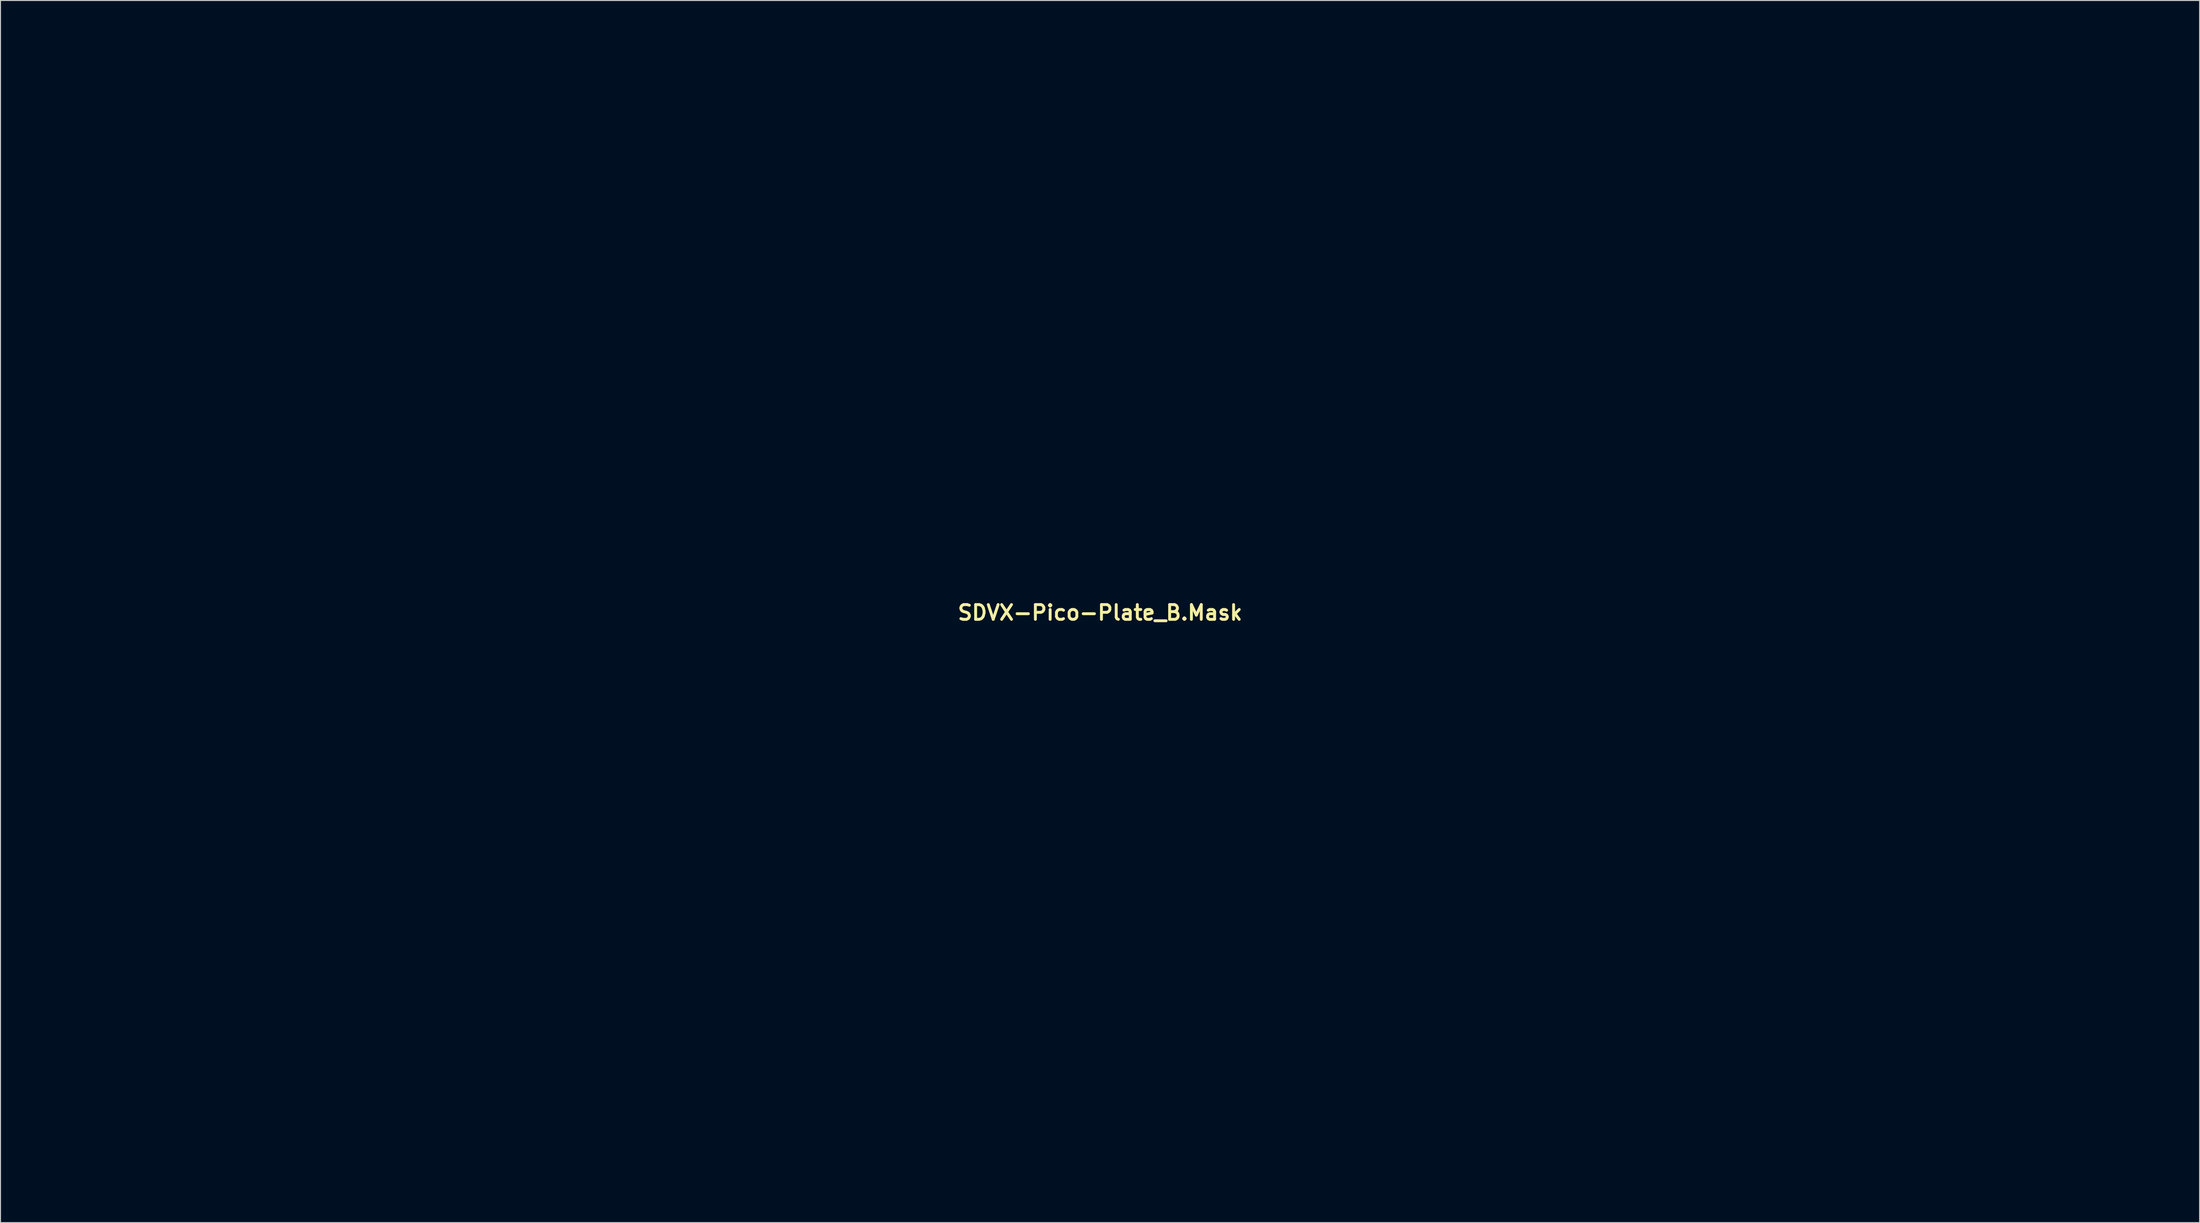
<source format=kicad_pcb>
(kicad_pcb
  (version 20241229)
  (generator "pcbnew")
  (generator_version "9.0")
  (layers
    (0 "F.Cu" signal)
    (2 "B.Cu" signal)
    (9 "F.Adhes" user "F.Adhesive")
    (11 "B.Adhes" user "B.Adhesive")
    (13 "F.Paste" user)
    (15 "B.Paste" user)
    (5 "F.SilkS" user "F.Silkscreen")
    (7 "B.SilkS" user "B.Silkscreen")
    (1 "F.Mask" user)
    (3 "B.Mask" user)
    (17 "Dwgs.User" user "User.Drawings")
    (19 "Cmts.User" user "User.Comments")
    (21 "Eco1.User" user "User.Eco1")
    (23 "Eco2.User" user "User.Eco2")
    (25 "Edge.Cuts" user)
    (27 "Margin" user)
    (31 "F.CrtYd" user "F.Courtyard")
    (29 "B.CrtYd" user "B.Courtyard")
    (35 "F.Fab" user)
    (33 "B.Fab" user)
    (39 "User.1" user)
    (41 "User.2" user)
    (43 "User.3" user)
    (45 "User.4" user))
  (footprint "SDVX-Pico-Plate_B.Mask"
    (layer "F.Cu")
    (at 110.531 60.233)
    (property "Reference" "SDVX-Pico-Plate_B.Mask" (at 0 0 0) (layer "F.SilkS") (effects (font (size 1.524 1.524) (thickness 0.3))))
    (attr board_only exclude_from_pos_files exclude_from_bom)
    (fp_poly (pts (xy -87.297 -32.175) (xy -87.296 -32.166) (xy -87.325 -32.128) (xy -87.334 -32.127) (xy -87.372 -32.156) (xy -87.373 -32.166) (xy -87.343 -32.203) (xy -87.334 -32.204)) (stroke (width 0) (type solid)) (fill yes) (layer "F.Mask"))
    (fp_poly (pts (xy -49.989 5.21) (xy -49.988 5.219) (xy -50.018 5.257) (xy -50.027 5.258) (xy -50.064 5.228) (xy -50.065 5.219) (xy -50.036 5.182) (xy -50.027 5.181)) (stroke (width 0) (type solid)) (fill yes) (layer "F.Mask"))
    (fp_poly (pts (xy -33.327 43.368) (xy -33.325 43.377) (xy -33.355 43.415) (xy -33.364 43.416) (xy -33.402 43.386) (xy -33.403 43.377) (xy -33.373 43.34) (xy -33.364 43.339)) (stroke (width 0) (type solid)) (fill yes) (layer "F.Mask"))
    (fp_poly (pts (xy -16.664 5.21) (xy -16.663 5.219) (xy -16.692 5.257) (xy -16.701 5.258) (xy -16.739 5.228) (xy -16.74 5.219) (xy -16.711 5.182) (xy -16.701 5.181)) (stroke (width 0) (type solid)) (fill yes) (layer "F.Mask"))
    (fp_poly (pts (xy 0.038 -45.513) (xy 0.039 -45.504) (xy 0.009 -45.466) (xy 0 -45.465) (xy -0.038 -45.494) (xy -0.039 -45.504) (xy -0.009 -45.541) (xy 0 -45.542)) (stroke (width 0) (type solid)) (fill yes) (layer "F.Mask"))
    (fp_poly (pts (xy 16.739 5.21) (xy 16.74 5.219) (xy 16.711 5.257) (xy 16.701 5.258) (xy 16.664 5.228) (xy 16.663 5.219) (xy 16.692 5.182) (xy 16.701 5.181)) (stroke (width 0) (type solid)) (fill yes) (layer "F.Mask"))
    (fp_poly (pts (xy 33.402 43.368) (xy 33.403 43.377) (xy 33.373 43.415) (xy 33.364 43.416) (xy 33.327 43.386) (xy 33.325 43.377) (xy 33.355 43.34) (xy 33.364 43.339)) (stroke (width 0) (type solid)) (fill yes) (layer "F.Mask"))
    (fp_poly (pts (xy 50.064 5.21) (xy 50.065 5.219) (xy 50.036 5.257) (xy 50.027 5.258) (xy 49.989 5.228) (xy 49.988 5.219) (xy 50.018 5.182) (xy 50.027 5.181)) (stroke (width 0) (type solid)) (fill yes) (layer "F.Mask"))
    (fp_poly (pts (xy 87.372 -32.175) (xy 87.373 -32.166) (xy 87.343 -32.128) (xy 87.334 -32.127) (xy 87.297 -32.156) (xy 87.296 -32.166) (xy 87.325 -32.203) (xy 87.334 -32.204)) (stroke (width 0) (type solid)) (fill yes) (layer "F.Mask"))
    (fp_poly (pts (xy -27.47 -43.88) (xy -29.519 -43.88) (xy -30.289 -44.653) (xy -28.24 -44.653)) (stroke (width 0) (type solid)) (fill yes) (layer "B.Mask"))
    (fp_poly (pts (xy -26.117 -42.527) (xy -28.166 -42.527) (xy -28.936 -43.3) (xy -26.887 -43.3)) (stroke (width 0) (type solid)) (fill yes) (layer "B.Mask"))
    (fp_poly (pts (xy -22.057 -38.467) (xy -24.106 -38.467) (xy -24.877 -39.24) (xy -22.828 -39.24)) (stroke (width 0) (type solid)) (fill yes) (layer "B.Mask"))
    (fp_poly (pts (xy -19.351 -35.761) (xy -21.4 -35.761) (xy -22.17 -36.534) (xy -20.121 -36.534)) (stroke (width 0) (type solid)) (fill yes) (layer "B.Mask"))
    (fp_poly (pts (xy 21.4 -35.761) (xy 19.351 -35.761) (xy 20.121 -36.534) (xy 22.17 -36.534)) (stroke (width 0) (type solid)) (fill yes) (layer "B.Mask"))
    (fp_poly (pts (xy 22.753 -37.114) (xy 20.704 -37.114) (xy 21.475 -37.887) (xy 23.524 -37.887)) (stroke (width 0) (type solid)) (fill yes) (layer "B.Mask"))
    (fp_poly (pts (xy -21.089 -37.501) (xy -20.704 -37.114) (xy -22.753 -37.114) (xy -23.524 -37.887) (xy -21.475 -37.887)) (stroke (width 0) (type solid)) (fill yes) (layer "B.Mask"))
    (fp_poly (pts (xy 24.491 -38.854) (xy 24.106 -38.467) (xy 22.057 -38.467) (xy 22.828 -39.24) (xy 24.877 -39.24)) (stroke (width 0) (type solid)) (fill yes) (layer "B.Mask"))
    (fp_poly (pts (xy 28.166 -42.527) (xy 26.117 -42.527) (xy 26.502 -42.913) (xy 26.887 -43.3) (xy 28.936 -43.3)) (stroke (width 0) (type solid)) (fill yes) (layer "B.Mask"))
    (fp_poly (pts (xy 29.904 -44.266) (xy 29.519 -43.88) (xy 27.47 -43.88) (xy 28.24 -44.653) (xy 30.289 -44.653)) (stroke (width 0) (type solid)) (fill yes) (layer "B.Mask"))
    (fp_poly (pts (xy -29.208 -45.619) (xy -28.823 -45.233) (xy -30.872 -45.233) (xy -31.257 -45.619) (xy -31.642 -46.006) (xy -29.593 -46.006)) (stroke (width 0) (type solid)) (fill yes) (layer "B.Mask"))
    (fp_poly (pts (xy -28.976 -12.951) (xy -28.088 -12.062) (xy -32.108 -12.062) (xy -32.997 -12.951) (xy -33.885 -13.84) (xy -29.865 -13.84)) (stroke (width 0) (type solid)) (fill yes) (layer "B.Mask"))
    (fp_poly (pts (xy -27.546 -12.951) (xy -26.657 -12.062) (xy -27.469 -12.062) (xy -28.358 -12.951) (xy -29.246 -13.84) (xy -28.434 -13.84)) (stroke (width 0) (type solid)) (fill yes) (layer "B.Mask"))
    (fp_poly (pts (xy -26.115 -12.951) (xy -25.227 -12.062) (xy -26.039 -12.062) (xy -26.927 -12.951) (xy -27.816 -13.84) (xy -27.004 -13.84)) (stroke (width 0) (type solid)) (fill yes) (layer "B.Mask"))
    (fp_poly (pts (xy -25.149 -41.56) (xy -24.764 -41.174) (xy -26.813 -41.174) (xy -27.198 -41.56) (xy -27.583 -41.947) (xy -25.534 -41.947)) (stroke (width 0) (type solid)) (fill yes) (layer "B.Mask"))
    (fp_poly (pts (xy -24.685 -12.951) (xy -23.796 -12.062) (xy -24.608 -12.062) (xy -25.497 -12.951) (xy -26.385 -13.84) (xy -25.573 -13.84)) (stroke (width 0) (type solid)) (fill yes) (layer "B.Mask"))
    (fp_poly (pts (xy -23.796 -40.207) (xy -23.41 -39.82) (xy -25.459 -39.82) (xy -25.845 -40.207) (xy -26.23 -40.594) (xy -24.181 -40.594)) (stroke (width 0) (type solid)) (fill yes) (layer "B.Mask"))
    (fp_poly (pts (xy -23.254 -12.951) (xy -22.366 -12.062) (xy -23.178 -12.062) (xy -24.066 -12.951) (xy -24.955 -13.84) (xy -24.143 -13.84)) (stroke (width 0) (type solid)) (fill yes) (layer "B.Mask"))
    (fp_poly (pts (xy -21.824 -12.951) (xy -20.935 -12.062) (xy -21.747 -12.062) (xy -22.636 -12.951) (xy -23.524 -13.84) (xy -22.712 -13.84)) (stroke (width 0) (type solid)) (fill yes) (layer "B.Mask"))
    (fp_poly (pts (xy -20.393 -12.951) (xy -19.505 -12.062) (xy -20.317 -12.062) (xy -21.205 -12.951) (xy -22.094 -13.84) (xy -21.282 -13.84)) (stroke (width 0) (type solid)) (fill yes) (layer "B.Mask"))
    (fp_poly (pts (xy -18.963 -12.951) (xy -18.074 -12.062) (xy -18.886 -12.062) (xy -19.775 -12.951) (xy -20.663 -13.84) (xy -19.852 -13.84)) (stroke (width 0) (type solid)) (fill yes) (layer "B.Mask"))
    (fp_poly (pts (xy -17.533 -12.951) (xy -16.644 -12.062) (xy -17.456 -12.062) (xy -18.344 -12.951) (xy -19.233 -13.84) (xy -18.421 -13.84)) (stroke (width 0) (type solid)) (fill yes) (layer "B.Mask"))
    (fp_poly (pts (xy -16.102 -12.951) (xy -15.214 -12.062) (xy -16.025 -12.062) (xy -16.914 -12.951) (xy -17.803 -13.84) (xy -16.991 -13.84)) (stroke (width 0) (type solid)) (fill yes) (layer "B.Mask"))
    (fp_poly (pts (xy -15.619 56.773) (xy -17.339 58.493) (xy -20.702 58.493) (xy -18.982 56.773) (xy -17.262 55.053) (xy -13.899 55.053)) (stroke (width 0) (type solid)) (fill yes) (layer "B.Mask"))
    (fp_poly (pts (xy -11.656 -12.951) (xy -10.768 -12.062) (xy -14.595 -12.062) (xy -15.484 -12.951) (xy -16.372 -13.84) (xy -12.545 -13.84)) (stroke (width 0) (type solid)) (fill yes) (layer "B.Mask"))
    (fp_poly (pts (xy -1.821 31.373) (xy -1.91 31.475) (xy -2 31.578) (xy -3 30.576) (xy -4.001 29.575) (xy -3.614 29.575)) (stroke (width 0) (type solid)) (fill yes) (layer "B.Mask"))
    (fp_poly (pts (xy -1.142 31.353) (xy -1.238 31.45) (xy -1.335 31.546) (xy -2.32 30.561) (xy -3.305 29.575) (xy -2.918 29.575)) (stroke (width 0) (type solid)) (fill yes) (layer "B.Mask"))
    (fp_poly (pts (xy 15.484 -12.951) (xy 14.595 -12.062) (xy 10.768 -12.062) (xy 11.656 -12.951) (xy 12.545 -13.84) (xy 16.372 -13.84)) (stroke (width 0) (type solid)) (fill yes) (layer "B.Mask"))
    (fp_poly (pts (xy 16.914 -12.951) (xy 16.025 -12.062) (xy 15.214 -12.062) (xy 16.102 -12.951) (xy 16.991 -13.84) (xy 17.803 -13.84)) (stroke (width 0) (type solid)) (fill yes) (layer "B.Mask"))
    (fp_poly (pts (xy 18.344 -12.951) (xy 17.456 -12.062) (xy 16.644 -12.062) (xy 17.533 -12.951) (xy 18.421 -13.84) (xy 19.233 -13.84)) (stroke (width 0) (type solid)) (fill yes) (layer "B.Mask"))
    (fp_poly (pts (xy 18.982 56.773) (xy 20.702 58.493) (xy 17.339 58.493) (xy 15.619 56.773) (xy 13.899 55.053) (xy 17.262 55.053)) (stroke (width 0) (type solid)) (fill yes) (layer "B.Mask"))
    (fp_poly (pts (xy 19.775 -12.951) (xy 18.886 -12.062) (xy 18.074 -12.062) (xy 18.963 -12.951) (xy 19.852 -13.84) (xy 20.663 -13.84)) (stroke (width 0) (type solid)) (fill yes) (layer "B.Mask"))
    (fp_poly (pts (xy 21.205 -12.951) (xy 20.317 -12.062) (xy 19.505 -12.062) (xy 20.393 -12.951) (xy 21.282 -13.84) (xy 22.094 -13.84)) (stroke (width 0) (type solid)) (fill yes) (layer "B.Mask"))
    (fp_poly (pts (xy 22.636 -12.951) (xy 21.747 -12.062) (xy 20.935 -12.062) (xy 21.824 -12.951) (xy 22.712 -13.84) (xy 23.524 -13.84)) (stroke (width 0) (type solid)) (fill yes) (layer "B.Mask"))
    (fp_poly (pts (xy 24.066 -12.951) (xy 23.178 -12.062) (xy 22.366 -12.062) (xy 23.254 -12.951) (xy 24.143 -13.84) (xy 24.955 -13.84)) (stroke (width 0) (type solid)) (fill yes) (layer "B.Mask"))
    (fp_poly (pts (xy 25.497 -12.951) (xy 24.608 -12.062) (xy 23.796 -12.062) (xy 24.685 -12.951) (xy 25.573 -13.84) (xy 26.385 -13.84)) (stroke (width 0) (type solid)) (fill yes) (layer "B.Mask"))
    (fp_poly (pts (xy 25.845 -40.207) (xy 25.459 -39.82) (xy 23.41 -39.82) (xy 23.796 -40.207) (xy 24.181 -40.594) (xy 26.23 -40.594)) (stroke (width 0) (type solid)) (fill yes) (layer "B.Mask"))
    (fp_poly (pts (xy 26.927 -12.951) (xy 26.039 -12.062) (xy 25.227 -12.062) (xy 26.115 -12.951) (xy 27.004 -13.84) (xy 27.816 -13.84)) (stroke (width 0) (type solid)) (fill yes) (layer "B.Mask"))
    (fp_poly (pts (xy 27.198 -41.56) (xy 26.813 -41.174) (xy 24.764 -41.174) (xy 25.149 -41.56) (xy 25.534 -41.947) (xy 27.583 -41.947)) (stroke (width 0) (type solid)) (fill yes) (layer "B.Mask"))
    (fp_poly (pts (xy 28.358 -12.951) (xy 27.469 -12.062) (xy 26.657 -12.062) (xy 27.546 -12.951) (xy 28.434 -13.84) (xy 29.246 -13.84)) (stroke (width 0) (type solid)) (fill yes) (layer "B.Mask"))
    (fp_poly (pts (xy 31.257 -45.619) (xy 30.872 -45.233) (xy 28.823 -45.233) (xy 29.208 -45.619) (xy 29.593 -46.006) (xy 31.642 -46.006)) (stroke (width 0) (type solid)) (fill yes) (layer "B.Mask"))
    (fp_poly (pts (xy 32.997 -12.951) (xy 32.108 -12.062) (xy 28.088 -12.062) (xy 28.976 -12.951) (xy 29.865 -13.84) (xy 33.885 -13.84)) (stroke (width 0) (type solid)) (fill yes) (layer "B.Mask"))
    (fp_poly (pts (xy -14.439 -53.932) (xy -15.755 -53.932) (xy -16.508 -53.178) (xy -17.261 -52.424) (xy -18.151 -52.424) (xy -16.798 -53.777) (xy -15.445 -55.13) (xy -13.242 -55.13)) (stroke (width 0) (type solid)) (fill yes) (layer "B.Mask"))
    (fp_poly (pts (xy 16.798 -53.777) (xy 18.151 -52.424) (xy 17.261 -52.424) (xy 16.508 -53.178) (xy 15.755 -53.932) (xy 14.439 -53.932) (xy 13.84 -54.531) (xy 13.242 -55.13) (xy 15.445 -55.13)) (stroke (width 0) (type solid)) (fill yes) (layer "B.Mask"))
    (fp_poly (pts (xy 5.89 25.162) (xy 7.152 26.425) (xy 4.572 29.002) (xy 1.991 31.579) (xy 1.907 31.473) (xy 1.822 31.367) (xy 4.294 28.896) (xy 6.765 26.425) (xy 5.585 25.244) (xy 4.405 24.063) (xy 4.627 23.899)) (stroke (width 0) (type solid)) (fill yes) (layer "B.Mask"))
    (fp_poly (pts (xy 6.456 26.425) (xy 3.895 28.984) (xy 1.334 31.543) (xy 1.232 31.454) (xy 1.129 31.365) (xy 3.599 28.895) (xy 6.07 26.425) (xy 5.025 25.38) (xy 3.981 24.335) (xy 4.102 24.263) (xy 4.223 24.192)) (stroke (width 0) (type solid)) (fill yes) (layer "B.Mask"))
    (fp_poly (pts (xy 1.605 21.573) (xy 3.21 23.177) (xy 3.028 23.189) (xy 2.847 23.201) (xy 1.423 21.778) (xy -0.000103 20.355) (xy -6.07 26.424) (xy -5.076 27.418) (xy -4.817 27.677) (xy -4.608 27.887) (xy -4.444 28.054) (xy -4.32 28.183) (xy -4.232 28.281) (xy -4.174 28.351) (xy -4.141 28.401) (xy -4.129 28.436) (xy -4.133 28.462) (xy -4.148 28.484) (xy -4.154 28.491) (xy -4.222 28.55) (xy -4.269 28.57) (xy -4.304 28.544) (xy -4.389 28.468) (xy -4.515 28.349) (xy -4.677 28.193) (xy -4.87 28.006) (xy -5.086 27.793) (xy -5.32 27.561) (xy -5.384 27.497) (xy -6.456 26.424) (xy -3.228 23.196) (xy -0.000088 19.968)) (stroke (width 0) (type solid)) (fill yes) (layer "B.Mask"))
    (fp_poly (pts (xy 5.771 41.822) (xy 6.224 42.277) (xy 6.224 43.048) (xy 5.634 42.459) (xy 5.044 41.869) (xy 4.079 41.869) (xy 5.152 42.942) (xy 6.224 44.016) (xy 6.224 46.45) (xy 8.872 49.099) (xy 9.742 49.099) (xy 9.742 50.897) (xy 5.905 47.06) (xy 2.068 43.223) (xy 1.448 43.223) (xy 1.025 43.648) (xy 0.601 44.073) (xy -0.601 44.073) (xy -1.025 43.648) (xy -1.448 43.223) (xy -2.068 43.223) (xy -5.905 47.06) (xy -9.742 50.897) (xy -9.742 49.099) (xy -8.872 49.099) (xy -7.548 47.775) (xy -6.224 46.45) (xy -6.224 44.016) (xy -5.152 42.942) (xy -4.891 42.681) (xy -1.526 42.681) (xy -1.352 42.681) (xy -1.285 42.683) (xy -1.228 42.694) (xy -1.169 42.722) (xy -1.098 42.775) (xy -1.003 42.86) (xy -0.874 42.987) (xy -0.735 43.126) (xy -0.291 43.57) (xy 0.291 43.57) (xy 0.735 43.126) (xy 0.9 42.961) (xy 1.022 42.842) (xy 1.112 42.763) (xy 1.18 42.715) (xy 1.238 42.691) (xy 1.296 42.682) (xy 1.352 42.681) (xy 1.526 42.681) (xy 1.121 42.275) (xy 0.717 41.869) (xy -0.717 41.869) (xy -1.121 42.275) (xy -1.526 42.681) (xy -4.891 42.681) (xy -4.079 41.869) (xy -5.044 41.869) (xy -5.634 42.459) (xy -6.224 43.048) (xy -6.224 42.274) (xy -5.77 41.82) (xy -5.315 41.367) (xy 5.317 41.367)) (stroke (width 0) (type solid)) (fill yes) (layer "B.Mask"))
    (fp_poly (pts (xy -110.46 36.703) (xy -110.353 36.743) (xy -110.181 36.808) (xy -109.947 36.897) (xy -109.656 37.008) (xy -109.309 37.14) (xy -108.912 37.292) (xy -108.468 37.462) (xy -107.979 37.649) (xy -107.45 37.852) (xy -106.884 38.069) (xy -106.285 38.299) (xy -105.656 38.54) (xy -105.001 38.792) (xy -104.322 39.052) (xy -103.625 39.32) (xy -102.912 39.594) (xy -102.187 39.872) (xy -101.453 40.154) (xy -100.713 40.438) (xy -99.973 40.723) (xy -99.234 41.007) (xy -98.5 41.289) (xy -97.776 41.568) (xy -97.064 41.841) (xy -96.368 42.109) (xy -95.692 42.369) (xy -95.038 42.621) (xy -94.411 42.862) (xy -93.815 43.092) (xy -93.252 43.309) (xy -92.726 43.512) (xy -92.241 43.699) (xy -91.8 43.869) (xy -91.406 44.021) (xy -91.064 44.153) (xy -90.777 44.265) (xy -90.548 44.354) (xy -90.381 44.419) (xy -90.28 44.459) (xy -90.247 44.472) (xy -90.225 44.515) (xy -90.18 44.614) (xy -90.119 44.754) (xy -90.049 44.92) (xy -89.975 45.098) (xy -89.904 45.271) (xy -89.843 45.425) (xy -89.797 45.544) (xy -89.772 45.613) (xy -89.77 45.623) (xy -89.788 45.654) (xy -89.848 45.64) (xy -89.925 45.603) (xy -89.968 45.585) (xy -90.082 45.541) (xy -90.262 45.472) (xy -90.505 45.379) (xy -90.809 45.263) (xy -91.17 45.125) (xy -91.587 44.967) (xy -92.055 44.789) (xy -92.572 44.593) (xy -93.135 44.38) (xy -93.741 44.15) (xy -94.386 43.906) (xy -95.069 43.647) (xy -95.787 43.376) (xy -96.535 43.093) (xy -97.312 42.799) (xy -98.114 42.496) (xy -98.938 42.185) (xy -99.782 41.866) (xy -100.112 41.742) (xy -100.963 41.421) (xy -101.797 41.106) (xy -102.609 40.799) (xy -103.398 40.501) (xy -104.16 40.214) (xy -104.893 39.937) (xy -105.592 39.673) (xy -106.256 39.422) (xy -106.881 39.186) (xy -107.465 38.965) (xy -108.004 38.762) (xy -108.496 38.576) (xy -108.937 38.409) (xy -109.324 38.263) (xy -109.655 38.137) (xy -109.927 38.034) (xy -110.136 37.955) (xy -110.28 37.9) (xy -110.356 37.872) (xy -110.366 37.868) (xy -110.531 37.802) (xy -110.531 37.245) (xy -110.528 37.048) (xy -110.523 36.881) (xy -110.514 36.759) (xy -110.503 36.695) (xy -110.498 36.689)) (stroke (width 0) (type solid)) (fill yes) (layer "B.Mask"))
    (fp_poly (pts (xy 110.51 36.725) (xy 110.519 36.825) (xy 110.527 36.975) (xy 110.53 37.162) (xy 110.531 37.245) (xy 110.531 37.802) (xy 110.366 37.868) (xy 110.317 37.887) (xy 110.198 37.932) (xy 110.012 38.002) (xy 109.763 38.096) (xy 109.454 38.214) (xy 109.087 38.352) (xy 108.665 38.512) (xy 108.192 38.691) (xy 107.67 38.888) (xy 107.103 39.102) (xy 106.493 39.333) (xy 105.843 39.578) (xy 105.156 39.837) (xy 104.436 40.11) (xy 103.684 40.393) (xy 102.905 40.688) (xy 102.101 40.991) (xy 101.275 41.303) (xy 100.43 41.622) (xy 100.112 41.742) (xy 99.261 42.063) (xy 98.428 42.378) (xy 97.617 42.684) (xy 96.83 42.982) (xy 96.07 43.269) (xy 95.34 43.545) (xy 94.643 43.808) (xy 93.982 44.059) (xy 93.36 44.294) (xy 92.78 44.514) (xy 92.245 44.717) (xy 91.757 44.902) (xy 91.32 45.068) (xy 90.936 45.214) (xy 90.609 45.338) (xy 90.342 45.44) (xy 90.137 45.519) (xy 89.997 45.573) (xy 89.925 45.601) (xy 89.917 45.605) (xy 89.824 45.648) (xy 89.781 45.653) (xy 89.77 45.623) (xy 89.784 45.577) (xy 89.823 45.476) (xy 89.879 45.334) (xy 89.947 45.167) (xy 90.02 44.989) (xy 90.093 44.816) (xy 90.158 44.664) (xy 90.21 44.547) (xy 90.241 44.481) (xy 90.247 44.472) (xy 90.284 44.457) (xy 90.39 44.415) (xy 90.561 44.348) (xy 90.794 44.258) (xy 91.085 44.145) (xy 91.43 44.012) (xy 91.827 43.859) (xy 92.271 43.687) (xy 92.759 43.499) (xy 93.287 43.296) (xy 93.852 43.078) (xy 94.451 42.847) (xy 95.08 42.605) (xy 95.735 42.353) (xy 96.412 42.092) (xy 97.11 41.824) (xy 97.822 41.55) (xy 98.548 41.271) (xy 99.281 40.989) (xy 100.021 40.705) (xy 100.761 40.42) (xy 101.5 40.136) (xy 102.234 39.854) (xy 102.958 39.576) (xy 103.671 39.302) (xy 104.367 39.035) (xy 105.044 38.775) (xy 105.697 38.524) (xy 106.325 38.284) (xy 106.922 38.055) (xy 107.485 37.839) (xy 108.012 37.637) (xy 108.498 37.451) (xy 108.939 37.282) (xy 109.333 37.131) (xy 109.676 37) (xy 109.964 36.89) (xy 110.194 36.803) (xy 110.362 36.739) (xy 110.465 36.701) (xy 110.498 36.689)) (stroke (width 0) (type solid)) (fill yes) (layer "B.Mask"))
    (fp_poly (pts (xy -110.424 38.549) (xy -110.316 38.591) (xy -110.163 38.65) (xy -109.964 38.726) (xy -109.718 38.82) (xy -109.422 38.933) (xy -109.075 39.065) (xy -108.676 39.216) (xy -108.223 39.388) (xy -107.715 39.581) (xy -107.151 39.795) (xy -106.528 40.032) (xy -105.846 40.29) (xy -105.102 40.572) (xy -104.296 40.878) (xy -103.426 41.208) (xy -102.49 41.562) (xy -101.487 41.943) (xy -100.415 42.349) (xy -99.273 42.781) (xy -98.7 42.998) (xy -97.885 43.307) (xy -97.089 43.608) (xy -96.316 43.902) (xy -95.567 44.186) (xy -94.846 44.459) (xy -94.156 44.72) (xy -93.5 44.969) (xy -92.882 45.203) (xy -92.304 45.423) (xy -91.769 45.626) (xy -91.28 45.811) (xy -90.84 45.978) (xy -90.453 46.125) (xy -90.12 46.251) (xy -89.847 46.355) (xy -89.634 46.436) (xy -89.486 46.493) (xy -89.405 46.524) (xy -89.391 46.53) (xy -89.374 46.566) (xy -89.332 46.666) (xy -89.266 46.821) (xy -89.18 47.025) (xy -89.078 47.27) (xy -88.962 47.547) (xy -88.835 47.85) (xy -88.702 48.169) (xy -88.565 48.499) (xy -88.427 48.83) (xy -88.291 49.156) (xy -88.162 49.468) (xy -88.041 49.759) (xy -87.933 50.021) (xy -87.84 50.246) (xy -87.765 50.427) (xy -87.713 50.556) (xy -87.686 50.625) (xy -87.682 50.634) (xy -87.71 50.642) (xy -87.711 50.641) (xy -87.749 50.628) (xy -87.857 50.589) (xy -88.032 50.524) (xy -88.271 50.437) (xy -88.571 50.326) (xy -88.929 50.194) (xy -89.343 50.042) (xy -89.81 49.87) (xy -90.327 49.679) (xy -90.891 49.471) (xy -91.499 49.246) (xy -92.149 49.007) (xy -92.837 48.752) (xy -93.561 48.485) (xy -94.318 48.205) (xy -95.105 47.915) (xy -95.92 47.614) (xy -96.759 47.304) (xy -97.62 46.985) (xy -98.5 46.66) (xy -98.546 46.643) (xy -99.434 46.315) (xy -100.306 45.993) (xy -101.16 45.677) (xy -101.993 45.369) (xy -102.801 45.07) (xy -103.582 44.781) (xy -104.332 44.503) (xy -105.049 44.238) (xy -105.73 43.986) (xy -106.371 43.749) (xy -106.969 43.528) (xy -107.522 43.323) (xy -108.027 43.136) (xy -108.479 42.968) (xy -108.878 42.821) (xy -109.218 42.694) (xy -109.498 42.59) (xy -109.715 42.51) (xy -109.864 42.454) (xy -109.941 42.425) (xy -110.531 42.201) (xy -110.531 38.508)) (stroke (width 0) (type solid)) (fill yes) (layer "B.Mask"))
    (fp_poly (pts (xy 110.531 42.199) (xy 110.115 42.359) (xy 110.045 42.386) (xy 109.906 42.438) (xy 109.699 42.515) (xy 109.43 42.615) (xy 109.099 42.737) (xy 108.71 42.881) (xy 108.267 43.046) (xy 107.772 43.229) (xy 107.227 43.43) (xy 106.637 43.649) (xy 106.003 43.883) (xy 105.329 44.132) (xy 104.618 44.395) (xy 103.873 44.671) (xy 103.096 44.958) (xy 102.291 45.256) (xy 101.46 45.563) (xy 100.607 45.878) (xy 99.734 46.2) (xy 98.844 46.529) (xy 98.758 46.56) (xy 97.872 46.888) (xy 97.003 47.209) (xy 96.156 47.521) (xy 95.333 47.825) (xy 94.538 48.119) (xy 93.771 48.402) (xy 93.038 48.673) (xy 92.34 48.931) (xy 91.68 49.175) (xy 91.061 49.403) (xy 90.486 49.616) (xy 89.958 49.811) (xy 89.479 49.988) (xy 89.053 50.145) (xy 88.682 50.282) (xy 88.369 50.398) (xy 88.116 50.492) (xy 87.927 50.561) (xy 87.805 50.607) (xy 87.752 50.626) (xy 87.75 50.627) (xy 87.694 50.642) (xy 87.682 50.638) (xy 87.697 50.6) (xy 87.737 50.499) (xy 87.802 50.341) (xy 87.886 50.136) (xy 87.988 49.89) (xy 88.103 49.612) (xy 88.228 49.308) (xy 88.361 48.988) (xy 88.498 48.658) (xy 88.636 48.326) (xy 88.772 48.001) (xy 88.902 47.689) (xy 89.023 47.398) (xy 89.133 47.137) (xy 89.227 46.913) (xy 89.303 46.733) (xy 89.357 46.606) (xy 89.386 46.538) (xy 89.391 46.53) (xy 89.427 46.515) (xy 89.533 46.475) (xy 89.706 46.409) (xy 89.941 46.32) (xy 90.237 46.207) (xy 90.59 46.073) (xy 90.997 45.919) (xy 91.455 45.745) (xy 91.961 45.553) (xy 92.513 45.343) (xy 93.106 45.118) (xy 93.739 44.878) (xy 94.407 44.625) (xy 95.109 44.359) (xy 95.841 44.082) (xy 96.599 43.794) (xy 97.382 43.498) (xy 98.185 43.193) (xy 98.7 42.998) (xy 99.876 42.553) (xy 100.982 42.134) (xy 102.017 41.741) (xy 102.985 41.375) (xy 103.887 41.033) (xy 104.724 40.716) (xy 105.497 40.423) (xy 106.209 40.153) (xy 106.86 39.906) (xy 107.452 39.681) (xy 107.987 39.478) (xy 108.466 39.296) (xy 108.89 39.135) (xy 109.262 38.993) (xy 109.582 38.872) (xy 109.852 38.769) (xy 110.074 38.684) (xy 110.249 38.617) (xy 110.378 38.567) (xy 110.424 38.549) (xy 110.531 38.508)) (stroke (width 0) (type solid)) (fill yes) (layer "B.Mask"))
    (fp_poly (pts (xy 110.531 20.126) (xy 109.806 20.475) (xy 109.716 20.518) (xy 109.559 20.594) (xy 109.338 20.701) (xy 109.055 20.838) (xy 108.714 21.004) (xy 108.317 21.197) (xy 107.867 21.416) (xy 107.366 21.659) (xy 106.817 21.926) (xy 106.223 22.214) (xy 105.587 22.523) (xy 104.911 22.852) (xy 104.198 23.199) (xy 103.45 23.562) (xy 102.671 23.94) (xy 101.864 24.333) (xy 101.03 24.738) (xy 100.172 25.155) (xy 99.294 25.582) (xy 98.398 26.018) (xy 97.487 26.461) (xy 97.082 26.658) (xy 95.978 27.195) (xy 94.942 27.699) (xy 93.971 28.171) (xy 93.063 28.613) (xy 92.217 29.025) (xy 91.431 29.408) (xy 90.702 29.764) (xy 90.028 30.093) (xy 89.408 30.396) (xy 88.839 30.674) (xy 88.319 30.929) (xy 87.846 31.16) (xy 87.419 31.371) (xy 87.034 31.56) (xy 86.691 31.73) (xy 86.387 31.881) (xy 86.121 32.014) (xy 85.889 32.131) (xy 85.69 32.231) (xy 85.522 32.318) (xy 85.384 32.39) (xy 85.272 32.45) (xy 85.185 32.498) (xy 85.121 32.535) (xy 85.077 32.562) (xy 85.053 32.581) (xy 85.046 32.59) (xy 85.033 32.64) (xy 85.004 32.761) (xy 84.962 32.947) (xy 84.906 33.194) (xy 84.838 33.497) (xy 84.759 33.852) (xy 84.67 34.252) (xy 84.572 34.693) (xy 84.466 35.171) (xy 84.354 35.68) (xy 84.236 36.216) (xy 84.114 36.773) (xy 84.075 36.949) (xy 83.142 41.21) (xy 82.484 41.506) (xy 82.238 41.617) (xy 81.982 41.734) (xy 81.739 41.846) (xy 81.529 41.943) (xy 81.419 41.995) (xy 81.243 42.077) (xy 81.08 42.153) (xy 80.95 42.213) (xy 80.882 42.243) (xy 80.797 42.278) (xy 80.766 42.276) (xy 80.77 42.232) (xy 80.776 42.21) (xy 80.789 42.155) (xy 80.818 42.029) (xy 80.861 41.837) (xy 80.918 41.584) (xy 80.987 41.275) (xy 81.067 40.914) (xy 81.158 40.506) (xy 81.258 40.056) (xy 81.366 39.569) (xy 81.481 39.049) (xy 81.602 38.502) (xy 81.728 37.932) (xy 81.859 37.343) (xy 81.992 36.742) (xy 82.126 36.131) (xy 82.262 35.517) (xy 82.397 34.904) (xy 82.532 34.297) (xy 82.663 33.7) (xy 82.791 33.118) (xy 82.915 32.556) (xy 83.033 32.019) (xy 83.145 31.512) (xy 83.249 31.039) (xy 83.344 30.606) (xy 83.43 30.216) (xy 83.504 29.875) (xy 83.567 29.587) (xy 83.617 29.358) (xy 83.653 29.192) (xy 83.674 29.093) (xy 83.679 29.068) (xy 83.702 28.928) (xy 96.234 21.703) (xy 97.156 21.172) (xy 98.065 20.648) (xy 98.958 20.133) (xy 99.834 19.628) (xy 100.689 19.135) (xy 101.521 18.656) (xy 102.327 18.191) (xy 103.105 17.742) (xy 103.853 17.311) (xy 104.567 16.899) (xy 105.246 16.508) (xy 105.886 16.139) (xy 106.486 15.793) (xy 107.042 15.472) (xy 107.553 15.178) (xy 108.014 14.912) (xy 108.425 14.675) (xy 108.783 14.469) (xy 109.084 14.295) (xy 109.327 14.155) (xy 109.508 14.05) (xy 109.626 13.982) (xy 109.649 13.969) (xy 110.531 13.46)) (stroke (width 0) (type solid)) (fill yes) (layer "B.Mask"))
    (fp_poly (pts (xy -109.649 13.969) (xy -109.55 14.026) (xy -109.387 14.12) (xy -109.163 14.249) (xy -108.879 14.413) (xy -108.538 14.61) (xy -108.143 14.838) (xy -107.696 15.095) (xy -107.2 15.381) (xy -106.657 15.694) (xy -106.07 16.033) (xy -105.441 16.395) (xy -104.774 16.78) (xy -104.07 17.186) (xy -103.332 17.611) (xy -102.563 18.055) (xy -101.764 18.515) (xy -100.94 18.991) (xy -100.091 19.48) (xy -99.222 19.981) (xy -98.333 20.493) (xy -97.429 21.015) (xy -96.511 21.544) (xy -96.234 21.703) (xy -83.702 28.928) (xy -83.678 29.068) (xy -83.668 29.121) (xy -83.641 29.243) (xy -83.601 29.432) (xy -83.546 29.682) (xy -83.479 29.987) (xy -83.401 30.344) (xy -83.313 30.748) (xy -83.215 31.193) (xy -83.109 31.674) (xy -82.996 32.188) (xy -82.877 32.729) (xy -82.753 33.291) (xy -82.626 33.871) (xy -82.495 34.464) (xy -82.363 35.064) (xy -82.23 35.667) (xy -82.097 36.268) (xy -81.966 36.862) (xy -81.838 37.444) (xy -81.713 38.009) (xy -81.593 38.554) (xy -81.478 39.071) (xy -81.37 39.558) (xy -81.271 40.009) (xy -81.18 40.418) (xy -81.099 40.782) (xy -81.029 41.096) (xy -80.971 41.354) (xy -80.927 41.552) (xy -80.897 41.685) (xy -80.895 41.693) (xy -80.85 41.892) (xy -80.813 42.064) (xy -80.787 42.193) (xy -80.774 42.268) (xy -80.774 42.281) (xy -80.811 42.269) (xy -80.905 42.23) (xy -81.044 42.168) (xy -81.216 42.089) (xy -81.305 42.047) (xy -81.524 41.945) (xy -81.788 41.823) (xy -82.07 41.694) (xy -82.344 41.569) (xy -82.484 41.506) (xy -83.142 41.21) (xy -84.075 36.949) (xy -84.199 36.386) (xy -84.318 35.843) (xy -84.432 35.326) (xy -84.54 34.838) (xy -84.64 34.384) (xy -84.732 33.971) (xy -84.814 33.602) (xy -84.886 33.283) (xy -84.946 33.018) (xy -84.993 32.812) (xy -85.026 32.67) (xy -85.044 32.598) (xy -85.046 32.59) (xy -85.057 32.577) (xy -85.086 32.556) (xy -85.134 32.527) (xy -85.204 32.487) (xy -85.297 32.436) (xy -85.415 32.373) (xy -85.56 32.298) (xy -85.736 32.208) (xy -85.942 32.104) (xy -86.182 31.983) (xy -86.458 31.846) (xy -86.771 31.69) (xy -87.124 31.516) (xy -87.519 31.321) (xy -87.957 31.106) (xy -88.441 30.869) (xy -88.973 30.608) (xy -89.554 30.324) (xy -90.187 30.015) (xy -90.874 29.68) (xy -91.617 29.318) (xy -92.418 28.927) (xy -93.279 28.508) (xy -94.201 28.059) (xy -95.188 27.579) (xy -96.241 27.067) (xy -97.082 26.658) (xy -97.999 26.212) (xy -98.902 25.773) (xy -99.789 25.342) (xy -100.656 24.92) (xy -101.5 24.51) (xy -102.32 24.111) (xy -103.112 23.726) (xy -103.873 23.356) (xy -104.602 23.002) (xy -105.294 22.666) (xy -105.948 22.348) (xy -106.561 22.05) (xy -107.13 21.773) (xy -107.652 21.52) (xy -108.125 21.29) (xy -108.546 21.086) (xy -108.912 20.908) (xy -109.221 20.758) (xy -109.469 20.638) (xy -109.655 20.548) (xy -109.774 20.49) (xy -109.806 20.475) (xy -110.531 20.126) (xy -110.531 13.46)) (stroke (width 0) (type solid)) (fill yes) (layer "B.Mask"))
    (fp_poly (pts (xy 0.706 19.978) (xy 1.412 20.683) (xy 3.577 20.683) (xy 4.581 21.689) (xy 5.586 22.694) (xy 6.438 22.694) (xy 6.94 23.196) (xy 7.441 23.699) (xy 8.176 23.699) (xy 7.674 23.196) (xy 7.173 22.694) (xy 7.985 22.694) (xy 8.486 23.196) (xy 8.987 23.699) (xy 9.722 23.699) (xy 9.221 23.196) (xy 8.719 22.694) (xy 9.531 22.694) (xy 10.032 23.196) (xy 10.534 23.699) (xy 11.268 23.699) (xy 10.767 23.196) (xy 10.265 22.694) (xy 11.077 22.694) (xy 11.579 23.196) (xy 12.08 23.699) (xy 12.815 23.699) (xy 12.313 23.196) (xy 11.812 22.694) (xy 12.624 22.694) (xy 13.125 23.196) (xy 13.627 23.699) (xy 15.524 23.699) (xy 19.602 28.035) (xy 20.067 28.53) (xy 20.52 29.012) (xy 20.958 29.478) (xy 21.379 29.925) (xy 21.778 30.35) (xy 22.153 30.749) (xy 22.501 31.119) (xy 22.818 31.457) (xy 23.102 31.759) (xy 23.35 32.023) (xy 23.558 32.244) (xy 23.723 32.42) (xy 23.843 32.548) (xy 23.913 32.623) (xy 23.925 32.636) (xy 24.17 32.9) (xy 23.751 32.897) (xy 23.332 32.894) (xy 19.292 28.588) (xy 15.252 24.282) (xy 10.747 24.281) (xy 6.243 24.279) (xy 4.755 22.79) (xy 3.267 21.302) (xy 2.03 21.302) (xy 2.977 22.249) (xy 3.923 23.196) (xy 3.538 23.196) (xy -0.000075 19.659) (xy -3.383 23.042) (xy -6.765 26.424) (xy -5.617 27.573) (xy -5.373 27.818) (xy -5.147 28.046) (xy -4.946 28.251) (xy -4.774 28.427) (xy -4.637 28.569) (xy -4.542 28.671) (xy -4.492 28.727) (xy -4.486 28.736) (xy -4.528 28.766) (xy -4.6 28.815) (xy -4.696 28.88) (xy -5.924 27.652) (xy -7.152 26.425) (xy -4.591 23.863) (xy -2.03 21.302) (xy -3.267 21.302) (xy -6.243 24.279) (xy -10.747 24.281) (xy -15.252 24.282) (xy -19.292 28.588) (xy -23.332 32.894) (xy -23.751 32.897) (xy -24.17 32.9) (xy -23.925 32.636) (xy -23.871 32.578) (xy -23.767 32.466) (xy -23.616 32.306) (xy -23.421 32.098) (xy -23.186 31.848) (xy -22.913 31.557) (xy -22.606 31.231) (xy -22.267 30.87) (xy -21.901 30.48) (xy -21.509 30.063) (xy -21.095 29.623) (xy -20.662 29.162) (xy -20.213 28.685) (xy -19.751 28.194) (xy -19.602 28.035) (xy -15.524 23.699) (xy -13.627 23.699) (xy -13.125 23.196) (xy -12.624 22.694) (xy -11.812 22.694) (xy -12.313 23.196) (xy -12.815 23.699) (xy -12.08 23.699) (xy -11.579 23.196) (xy -11.077 22.694) (xy -10.265 22.694) (xy -10.767 23.196) (xy -11.268 23.699) (xy -10.534 23.699) (xy -10.032 23.196) (xy -9.531 22.694) (xy -8.719 22.694) (xy -9.221 23.196) (xy -9.722 23.699) (xy -8.987 23.699) (xy -8.486 23.196) (xy -7.985 22.694) (xy -7.173 22.694) (xy -7.674 23.196) (xy -8.176 23.699) (xy -7.441 23.699) (xy -6.94 23.196) (xy -6.438 22.694) (xy -5.586 22.694) (xy -4.581 21.689) (xy -3.577 20.683) (xy -1.412 20.683) (xy 0 19.273)) (stroke (width 0) (type solid)) (fill yes) (layer "B.Mask"))
    (fp_poly (pts (xy 17.243 -56.58) (xy 20.896 -52.926) (xy 31.412 -52.926) (xy 32.262 -53.777) (xy 33.112 -54.627) (xy 33.963 -54.627) (xy 33.113 -53.777) (xy 32.263 -52.926) (xy 32.843 -52.926) (xy 33.693 -53.777) (xy 34.543 -54.627) (xy 35.393 -54.627) (xy 34.543 -53.777) (xy 33.693 -52.926) (xy 34.273 -52.926) (xy 35.123 -53.777) (xy 35.973 -54.627) (xy 36.824 -54.627) (xy 35.974 -53.777) (xy 35.124 -52.926) (xy 35.704 -52.926) (xy 36.554 -53.777) (xy 37.403 -54.627) (xy 38.254 -54.627) (xy 37.404 -53.777) (xy 36.554 -52.926) (xy 37.134 -52.926) (xy 37.984 -53.777) (xy 38.834 -54.627) (xy 39.84 -54.627) (xy 40.652 -55.439) (xy 41.463 -56.251) (xy 53.022 -56.251) (xy 53.573 -55.701) (xy 54.125 -55.15) (xy 55.575 -56.599) (xy 86.252 -56.599) (xy 86.252 -56.135) (xy 55.806 -56.135) (xy 32.533 -32.861) (xy 26.698 -32.861) (xy 26.888 -32.668) (xy 27.079 -32.475) (xy 32.881 -32.475) (xy 56.154 -55.749) (xy 87.528 -55.749) (xy 87.528 -55.285) (xy 56.386 -55.285) (xy 33.113 -32.011) (xy 27.549 -32.011) (xy 27.929 -31.624) (xy 33.461 -31.624) (xy 56.734 -54.898) (xy 88.881 -54.898) (xy 88.881 -54.434) (xy 56.966 -54.434) (xy 33.693 -31.16) (xy 28.399 -31.16) (xy 28.78 -30.774) (xy 34.041 -30.774) (xy 45.677 -42.411) (xy 57.314 -54.047) (xy 90.311 -54.047) (xy 90.311 -53.584) (xy 57.546 -53.584) (xy 45.909 -41.947) (xy 34.273 -30.31) (xy 28.551 -30.31) (xy 26.772 -32.088) (xy 24.994 -33.867) (xy 11.891 -33.867) (xy 12.12 -34.099) (xy 12.35 -34.331) (xy 25.227 -34.331) (xy 26.23 -33.325) (xy 32.301 -33.325) (xy 53.777 -54.802) (xy 53.284 -55.295) (xy 52.79 -55.787) (xy 41.463 -55.787) (xy 39.782 -54.105) (xy 38.1 -52.424) (xy 19.272 -52.424) (xy 15.561 -56.135) (xy 11.85 -59.847) (xy -11.85 -59.847) (xy -15.561 -56.135) (xy -19.272 -52.424) (xy -38.1 -52.424) (xy -39.782 -54.105) (xy -41.463 -55.787) (xy -52.792 -55.787) (xy -53.284 -55.294) (xy -53.776 -54.801) (xy -43.039 -44.063) (xy -32.301 -33.325) (xy -26.23 -33.325) (xy -25.227 -34.331) (xy -12.35 -34.331) (xy -12.12 -34.099) (xy -11.891 -33.867) (xy -24.994 -33.867) (xy -26.772 -32.088) (xy -28.551 -30.31) (xy -34.273 -30.31) (xy -45.909 -41.947) (xy -57.546 -53.584) (xy -90.311 -53.584) (xy -90.311 -54.047) (xy -57.314 -54.047) (xy -45.677 -42.411) (xy -34.041 -30.774) (xy -28.78 -30.774) (xy -28.589 -30.967) (xy -28.399 -31.16) (xy -33.693 -31.16) (xy -56.966 -54.434) (xy -88.881 -54.434) (xy -88.881 -54.898) (xy -56.734 -54.898) (xy -33.461 -31.624) (xy -27.929 -31.624) (xy -27.549 -32.011) (xy -33.113 -32.011) (xy -56.386 -55.285) (xy -87.528 -55.285) (xy -87.528 -55.749) (xy -56.154 -55.749) (xy -32.881 -32.475) (xy -27.079 -32.475) (xy -26.698 -32.861) (xy -32.533 -32.861) (xy -55.806 -56.135) (xy -86.252 -56.135) (xy -86.252 -56.599) (xy -55.575 -56.599) (xy -54.85 -55.875) (xy -54.125 -55.15) (xy -53.022 -56.251) (xy -41.463 -56.251) (xy -39.84 -54.627) (xy -38.834 -54.627) (xy -37.984 -53.777) (xy -37.134 -52.926) (xy -36.554 -52.926) (xy -37.404 -53.777) (xy -38.254 -54.627) (xy -37.403 -54.627) (xy -36.554 -53.777) (xy -35.704 -52.926) (xy -35.124 -52.926) (xy -35.974 -53.777) (xy -36.824 -54.627) (xy -35.973 -54.627) (xy -35.123 -53.777) (xy -34.273 -52.926) (xy -33.693 -52.926) (xy -34.543 -53.777) (xy -35.393 -54.627) (xy -34.543 -54.627) (xy -33.693 -53.777) (xy -32.843 -52.926) (xy -32.263 -52.926) (xy -33.113 -53.777) (xy -33.963 -54.627) (xy -33.112 -54.627) (xy -32.262 -53.777) (xy -31.412 -52.926) (xy -20.896 -52.926) (xy -17.243 -56.58) (xy -13.589 -60.233) (xy 13.589 -60.233)) (stroke (width 0) (type solid)) (fill yes) (layer "B.Mask"))
    (fp_poly (pts (xy 110.482 -15.923) (xy 110.489 -15.906) (xy 110.496 -15.872) (xy 110.502 -15.818) (xy 110.507 -15.739) (xy 110.512 -15.633) (xy 110.516 -15.495) (xy 110.519 -15.322) (xy 110.522 -15.109) (xy 110.524 -14.854) (xy 110.526 -14.552) (xy 110.528 -14.199) (xy 110.529 -13.793) (xy 110.53 -13.328) (xy 110.53 -12.802) (xy 110.53 -12.21) (xy 110.531 -11.549) (xy 110.531 -10.815) (xy 110.531 -10.698) (xy 110.531 -5.42) (xy 95.281 5.998) (xy 94.312 6.724) (xy 93.359 7.438) (xy 92.423 8.139) (xy 91.505 8.825) (xy 90.609 9.496) (xy 89.736 10.15) (xy 88.888 10.785) (xy 88.066 11.4) (xy 87.273 11.994) (xy 86.51 12.565) (xy 85.779 13.111) (xy 85.083 13.632) (xy 84.422 14.127) (xy 83.8 14.592) (xy 83.217 15.028) (xy 82.676 15.433) (xy 82.178 15.805) (xy 81.726 16.143) (xy 81.321 16.446) (xy 80.966 16.712) (xy 80.661 16.939) (xy 80.409 17.127) (xy 80.212 17.274) (xy 80.072 17.379) (xy 79.99 17.44) (xy 79.968 17.456) (xy 79.956 17.478) (xy 79.937 17.538) (xy 79.91 17.636) (xy 79.874 17.777) (xy 79.83 17.961) (xy 79.776 18.191) (xy 79.712 18.471) (xy 79.638 18.801) (xy 79.553 19.186) (xy 79.456 19.626) (xy 79.347 20.126) (xy 79.225 20.686) (xy 79.09 21.309) (xy 78.941 21.999) (xy 78.778 22.757) (xy 78.6 23.585) (xy 78.407 24.487) (xy 78.402 24.511) (xy 78.246 25.239) (xy 78.093 25.951) (xy 77.945 26.641) (xy 77.803 27.306) (xy 77.666 27.942) (xy 77.537 28.545) (xy 77.415 29.111) (xy 77.303 29.636) (xy 77.199 30.117) (xy 77.107 30.548) (xy 77.025 30.927) (xy 76.956 31.249) (xy 76.899 31.51) (xy 76.857 31.706) (xy 76.829 31.834) (xy 76.818 31.881) (xy 76.737 32.235) (xy 75.512 33.037) (xy 75.233 33.22) (xy 74.972 33.391) (xy 74.736 33.545) (xy 74.534 33.678) (xy 74.372 33.783) (xy 74.259 33.858) (xy 74.202 33.895) (xy 74.199 33.896) (xy 74.136 33.932) (xy 74.112 33.934) (xy 74.12 33.891) (xy 74.142 33.789) (xy 74.174 33.643) (xy 74.207 33.495) (xy 74.258 33.27) (xy 74.322 32.982) (xy 74.399 32.632) (xy 74.488 32.226) (xy 74.589 31.767) (xy 74.7 31.258) (xy 74.821 30.705) (xy 74.951 30.109) (xy 75.089 29.477) (xy 75.234 28.81) (xy 75.386 28.114) (xy 75.543 27.391) (xy 75.705 26.647) (xy 75.87 25.883) (xy 76.039 25.105) (xy 76.21 24.317) (xy 76.383 23.521) (xy 76.556 22.722) (xy 76.728 21.924) (xy 76.9 21.131) (xy 77.07 20.346) (xy 77.237 19.573) (xy 77.4 18.816) (xy 77.559 18.079) (xy 77.713 17.366) (xy 77.861 16.681) (xy 78.002 16.026) (xy 78.135 15.407) (xy 78.26 14.827) (xy 78.375 14.29) (xy 78.48 13.8) (xy 78.574 13.36) (xy 78.656 12.975) (xy 78.725 12.648) (xy 78.781 12.383) (xy 78.823 12.183) (xy 78.849 12.054) (xy 78.857 12.015) (xy 78.884 11.957) (xy 78.954 11.871) (xy 79.071 11.752) (xy 79.239 11.595) (xy 79.461 11.397) (xy 79.526 11.34) (xy 79.647 11.234) (xy 79.821 11.08) (xy 80.047 10.881) (xy 80.323 10.639) (xy 80.645 10.355) (xy 81.012 10.031) (xy 81.423 9.67) (xy 81.874 9.272) (xy 82.363 8.841) (xy 82.889 8.378) (xy 83.449 7.884) (xy 84.041 7.363) (xy 84.662 6.815) (xy 85.312 6.243) (xy 85.987 5.648) (xy 86.685 5.032) (xy 87.404 4.398) (xy 88.143 3.748) (xy 88.898 3.082) (xy 89.668 2.404) (xy 90.45 1.714) (xy 91.243 1.015) (xy 92.044 0.31) (xy 92.851 -0.402) (xy 93.661 -1.116) (xy 94.474 -1.832) (xy 95.285 -2.547) (xy 96.094 -3.261) (xy 96.899 -3.969) (xy 97.696 -4.672) (xy 98.484 -5.367) (xy 99.261 -6.051) (xy 100.024 -6.724) (xy 100.771 -7.383) (xy 101.501 -8.026) (xy 102.211 -8.652) (xy 102.898 -9.258) (xy 103.561 -9.842) (xy 104.198 -10.404) (xy 104.806 -10.939) (xy 105.383 -11.448) (xy 105.927 -11.928) (xy 106.436 -12.376) (xy 106.907 -12.792) (xy 107.339 -13.173) (xy 107.73 -13.517) (xy 108.076 -13.823) (xy 108.376 -14.087) (xy 108.629 -14.31) (xy 108.831 -14.488) (xy 108.927 -14.573) (xy 109.215 -14.827) (xy 109.488 -15.067) (xy 109.738 -15.288) (xy 109.961 -15.484) (xy 110.15 -15.65) (xy 110.3 -15.781) (xy 110.405 -15.873) (xy 110.459 -15.919) (xy 110.464 -15.923) (xy 110.473 -15.928)) (stroke (width 0) (type solid)) (fill yes) (layer "B.Mask"))
    (fp_poly (pts (xy -110.465 -15.924) (xy -110.464 -15.923) (xy -110.422 -15.888) (xy -110.329 -15.806) (xy -110.189 -15.684) (xy -110.008 -15.525) (xy -109.793 -15.336) (xy -109.548 -15.121) (xy -109.281 -14.885) (xy -108.995 -14.633) (xy -108.927 -14.573) (xy -108.756 -14.423) (xy -108.534 -14.227) (xy -108.263 -13.987) (xy -107.944 -13.706) (xy -107.579 -13.385) (xy -107.172 -13.026) (xy -106.724 -12.631) (xy -106.238 -12.202) (xy -105.715 -11.741) (xy -105.157 -11.249) (xy -104.568 -10.729) (xy -103.948 -10.183) (xy -103.301 -9.612) (xy -102.628 -9.019) (xy -101.931 -8.405) (xy -101.213 -7.772) (xy -100.476 -7.123) (xy -99.722 -6.458) (xy -98.953 -5.78) (xy -98.172 -5.092) (xy -97.38 -4.393) (xy -96.579 -3.688) (xy -95.773 -2.977) (xy -94.963 -2.263) (xy -94.15 -1.547) (xy -93.338 -0.831) (xy -92.529 -0.118) (xy -91.724 0.591) (xy -90.926 1.294) (xy -90.138 1.99) (xy -89.36 2.675) (xy -88.596 3.349) (xy -87.847 4.008) (xy -87.116 4.653) (xy -86.405 5.28) (xy -85.715 5.887) (xy -85.05 6.473) (xy -84.412 7.036) (xy -83.802 7.574) (xy -83.222 8.084) (xy -82.675 8.566) (xy -82.164 9.017) (xy -81.69 9.435) (xy -81.255 9.818) (xy -80.861 10.165) (xy -80.511 10.473) (xy -80.207 10.74) (xy -79.951 10.966) (xy -79.746 11.147) (xy -79.592 11.282) (xy -79.494 11.369) (xy -79.461 11.397) (xy -79.237 11.597) (xy -79.07 11.753) (xy -78.954 11.872) (xy -78.884 11.958) (xy -78.857 12.015) (xy -78.839 12.107) (xy -78.805 12.27) (xy -78.756 12.502) (xy -78.694 12.797) (xy -78.618 13.153) (xy -78.53 13.565) (xy -78.431 14.029) (xy -78.321 14.542) (xy -78.201 15.1) (xy -78.072 15.7) (xy -77.935 16.336) (xy -77.791 17.006) (xy -77.64 17.705) (xy -77.484 18.43) (xy -77.322 19.177) (xy -77.157 19.942) (xy -76.989 20.721) (xy -76.818 21.511) (xy -76.646 22.307) (xy -76.473 23.106) (xy -76.3 23.904) (xy -76.128 24.696) (xy -75.958 25.48) (xy -75.79 26.252) (xy -75.627 27.007) (xy -75.467 27.741) (xy -75.312 28.452) (xy -75.164 29.134) (xy -75.022 29.785) (xy -74.888 30.4) (xy -74.762 30.976) (xy -74.646 31.509) (xy -74.539 31.994) (xy -74.444 32.428) (xy -74.36 32.808) (xy -74.289 33.129) (xy -74.231 33.387) (xy -74.207 33.496) (xy -74.17 33.665) (xy -74.142 33.804) (xy -74.125 33.898) (xy -74.123 33.929) (xy -74.157 33.911) (xy -74.248 33.855) (xy -74.39 33.765) (xy -74.576 33.646) (xy -74.799 33.502) (xy -75.052 33.338) (xy -75.328 33.158) (xy -75.428 33.093) (xy -75.788 32.856) (xy -76.085 32.657) (xy -76.324 32.494) (xy -76.506 32.364) (xy -76.636 32.266) (xy -76.717 32.197) (xy -76.751 32.154) (xy -76.752 32.152) (xy -76.763 32.105) (xy -76.79 31.987) (xy -76.831 31.8) (xy -76.886 31.549) (xy -76.954 31.236) (xy -77.034 30.867) (xy -77.125 30.445) (xy -77.227 29.973) (xy -77.339 29.454) (xy -77.46 28.894) (xy -77.588 28.295) (xy -77.725 27.662) (xy -77.868 26.997) (xy -78.016 26.305) (xy -78.17 25.589) (xy -78.328 24.853) (xy -78.344 24.777) (xy -78.541 23.855) (xy -78.724 23.008) (xy -78.891 22.231) (xy -79.044 21.522) (xy -79.183 20.88) (xy -79.308 20.301) (xy -79.421 19.784) (xy -79.522 19.326) (xy -79.611 18.924) (xy -79.689 18.576) (xy -79.756 18.281) (xy -79.813 18.034) (xy -79.86 17.835) (xy -79.899 17.68) (xy -79.929 17.567) (xy -79.951 17.495) (xy -79.965 17.459) (xy -79.968 17.456) (xy -80.003 17.43) (xy -80.098 17.36) (xy -80.251 17.246) (xy -80.46 17.09) (xy -80.723 16.893) (xy -81.039 16.657) (xy -81.406 16.383) (xy -81.821 16.072) (xy -82.283 15.727) (xy -82.791 15.347) (xy -83.341 14.935) (xy -83.933 14.493) (xy -84.564 14.021) (xy -85.232 13.521) (xy -85.936 12.994) (xy -86.674 12.441) (xy -87.444 11.865) (xy -88.244 11.267) (xy -89.071 10.647) (xy -89.925 10.008) (xy -90.804 9.35) (xy -91.705 8.676) (xy -92.626 7.986) (xy -93.566 7.282) (xy -94.523 6.566) (xy -95.281 5.998) (xy -110.531 -5.42) (xy -110.531 -10.698) (xy -110.531 -11.444) (xy -110.53 -12.115) (xy -110.53 -12.717) (xy -110.53 -13.253) (xy -110.529 -13.727) (xy -110.528 -14.142) (xy -110.526 -14.503) (xy -110.525 -14.812) (xy -110.522 -15.074) (xy -110.52 -15.293) (xy -110.516 -15.472) (xy -110.513 -15.615) (xy -110.508 -15.725) (xy -110.503 -15.808) (xy -110.497 -15.865) (xy -110.49 -15.902) (xy -110.483 -15.922) (xy -110.474 -15.928)) (stroke (width 0) (type solid)) (fill yes) (layer "B.Mask"))
    (fp_poly (pts (xy -100.402 4.51) (xy -99.614 5.099) (xy -98.841 5.677) (xy -98.087 6.241) (xy -97.353 6.79) (xy -96.641 7.322) (xy -95.955 7.835) (xy -95.296 8.328) (xy -94.666 8.799) (xy -94.068 9.246) (xy -93.505 9.667) (xy -92.978 10.061) (xy -92.49 10.426) (xy -92.042 10.76) (xy -91.639 11.062) (xy -91.281 11.33) (xy -90.971 11.561) (xy -90.712 11.755) (xy -90.505 11.909) (xy -90.353 12.023) (xy -90.259 12.093) (xy -90.224 12.119) (xy -90.203 12.148) (xy -90.178 12.212) (xy -90.148 12.316) (xy -90.112 12.468) (xy -90.068 12.672) (xy -90.015 12.935) (xy -89.951 13.263) (xy -89.889 13.593) (xy -89.82 13.96) (xy -89.764 14.259) (xy -89.717 14.497) (xy -89.679 14.682) (xy -89.647 14.821) (xy -89.62 14.923) (xy -89.596 14.994) (xy -89.572 15.042) (xy -89.548 15.075) (xy -89.52 15.101) (xy -89.512 15.107) (xy -89.469 15.14) (xy -89.367 15.217) (xy -89.211 15.334) (xy -89.003 15.49) (xy -88.747 15.682) (xy -88.447 15.907) (xy -88.107 16.162) (xy -87.729 16.445) (xy -87.317 16.754) (xy -86.875 17.085) (xy -86.407 17.435) (xy -85.915 17.804) (xy -85.403 18.186) (xy -84.876 18.581) (xy -84.841 18.607) (xy -80.279 22.02) (xy -80.232 22.196) (xy -80.22 22.251) (xy -80.191 22.378) (xy -80.149 22.573) (xy -80.092 22.832) (xy -80.022 23.152) (xy -79.94 23.529) (xy -79.847 23.959) (xy -79.744 24.438) (xy -79.63 24.962) (xy -79.508 25.528) (xy -79.377 26.132) (xy -79.239 26.771) (xy -79.095 27.439) (xy -78.945 28.135) (xy -78.79 28.853) (xy -78.632 29.591) (xy -78.618 29.656) (xy -78.459 30.393) (xy -78.304 31.11) (xy -78.154 31.804) (xy -78.01 32.471) (xy -77.873 33.107) (xy -77.743 33.708) (xy -77.621 34.272) (xy -77.508 34.793) (xy -77.404 35.268) (xy -77.311 35.694) (xy -77.23 36.067) (xy -77.161 36.384) (xy -77.104 36.64) (xy -77.062 36.832) (xy -77.034 36.956) (xy -77.021 37.008) (xy -77.02 37.01) (xy -76.984 37.035) (xy -76.882 37.096) (xy -76.716 37.192) (xy -76.49 37.32) (xy -76.206 37.48) (xy -75.866 37.67) (xy -75.472 37.889) (xy -75.028 38.136) (xy -74.535 38.408) (xy -73.995 38.706) (xy -73.412 39.027) (xy -72.787 39.37) (xy -72.124 39.735) (xy -71.424 40.118) (xy -70.689 40.52) (xy -69.923 40.939) (xy -69.492 41.175) (xy -61.992 45.27) (xy -61.248 45.271) (xy -60.504 45.272) (xy -60.504 45.89) (xy -62.148 45.89) (xy -69.879 41.67) (xy -70.599 41.278) (xy -71.3 40.895) (xy -71.981 40.524) (xy -72.637 40.165) (xy -73.266 39.822) (xy -73.865 39.495) (xy -74.432 39.186) (xy -74.961 38.897) (xy -75.452 38.629) (xy -75.901 38.384) (xy -76.304 38.164) (xy -76.66 37.97) (xy -76.964 37.803) (xy -77.214 37.667) (xy -77.407 37.562) (xy -77.539 37.489) (xy -77.608 37.451) (xy -77.618 37.446) (xy -77.627 37.408) (xy -77.651 37.299) (xy -77.691 37.121) (xy -77.744 36.878) (xy -77.81 36.575) (xy -77.889 36.214) (xy -77.979 35.799) (xy -78.08 35.334) (xy -78.191 34.823) (xy -78.311 34.268) (xy -78.44 33.675) (xy -78.576 33.046) (xy -78.72 32.385) (xy -78.869 31.696) (xy -79.024 30.982) (xy -79.183 30.247) (xy -79.211 30.116) (xy -79.372 29.375) (xy -79.528 28.652) (xy -79.68 27.952) (xy -79.826 27.278) (xy -79.966 26.634) (xy -80.099 26.024) (xy -80.223 25.452) (xy -80.339 24.92) (xy -80.445 24.434) (xy -80.54 23.996) (xy -80.624 23.611) (xy -80.696 23.283) (xy -80.755 23.014) (xy -80.8 22.809) (xy -80.831 22.672) (xy -80.846 22.606) (xy -80.847 22.602) (xy -80.897 22.414) (xy -95.714 11.333) (xy -110.531 0.252) (xy -110.531 -0.609) (xy -106.925 2.088) (xy -105.689 3.013) (xy -104.513 3.892) (xy -103.397 4.728) (xy -102.338 5.52) (xy -101.335 6.27) (xy -100.388 6.978) (xy -99.493 7.647) (xy -98.651 8.277) (xy -97.86 8.869) (xy -97.118 9.423) (xy -96.424 9.942) (xy -95.776 10.426) (xy -95.174 10.877) (xy -94.615 11.294) (xy -94.098 11.68) (xy -93.623 12.036) (xy -93.187 12.361) (xy -92.789 12.658) (xy -92.427 12.928) (xy -92.102 13.171) (xy -91.81 13.389) (xy -91.55 13.582) (xy -91.322 13.752) (xy -91.123 13.9) (xy -90.953 14.026) (xy -90.81 14.132) (xy -90.692 14.219) (xy -90.598 14.288) (xy -90.527 14.34) (xy -90.478 14.376) (xy -90.448 14.397) (xy -90.437 14.404) (xy -90.437 14.404) (xy -90.441 14.365) (xy -90.457 14.261) (xy -90.485 14.102) (xy -90.521 13.898) (xy -90.565 13.661) (xy -90.596 13.496) (xy -90.655 13.188) (xy -90.704 12.949) (xy -90.745 12.771) (xy -90.78 12.646) (xy -90.811 12.568) (xy -90.837 12.529) (xy -90.874 12.501) (xy -90.97 12.428) (xy -91.123 12.312) (xy -91.331 12.156) (xy -91.592 11.96) (xy -91.902 11.727) (xy -92.261 11.458) (xy -92.665 11.155) (xy -93.112 10.821) (xy -93.6 10.455) (xy -94.126 10.062) (xy -94.688 9.641) (xy -95.283 9.196) (xy -95.91 8.727) (xy -96.566 8.236) (xy -97.248 7.726) (xy -97.955 7.198) (xy -98.683 6.653) (xy -99.431 6.095) (xy -100.195 5.523) (xy -100.653 5.181) (xy -101.426 4.603) (xy -102.184 4.037) (xy -102.924 3.484) (xy -103.644 2.946) (xy -104.34 2.425) (xy -105.012 1.923) (xy -105.656 1.441) (xy -106.27 0.982) (xy -106.852 0.546) (xy -107.399 0.137) (xy -107.91 -0.245) (xy -108.381 -0.598) (xy -108.81 -0.92) (xy -109.195 -1.208) (xy -109.534 -1.463) (xy -109.824 -1.68) (xy -110.063 -1.86) (xy -110.249 -2) (xy -110.379 -2.098) (xy -110.45 -2.152) (xy -110.464 -2.163) (xy -110.495 -2.203) (xy -110.515 -2.261) (xy -110.524 -2.353) (xy -110.525 -2.495) (xy -110.522 -2.64) (xy -110.511 -3.051)) (stroke (width 0) (type solid)) (fill yes) (layer "B.Mask"))
    (fp_poly (pts (xy 110.522 -2.64) (xy 110.526 -2.451) (xy 110.522 -2.324) (xy 110.511 -2.242) (xy 110.488 -2.191) (xy 110.464 -2.163) (xy 110.428 -2.135) (xy 110.333 -2.063) (xy 110.18 -1.947) (xy 109.972 -1.791) (xy 109.711 -1.596) (xy 109.401 -1.363) (xy 109.043 -1.094) (xy 108.639 -0.792) (xy 108.192 -0.457) (xy 107.705 -0.092) (xy 107.179 0.301) (xy 106.617 0.722) (xy 106.022 1.167) (xy 105.395 1.636) (xy 104.74 2.126) (xy 104.058 2.636) (xy 103.351 3.164) (xy 102.623 3.709) (xy 101.876 4.267) (xy 101.111 4.839) (xy 100.653 5.181) (xy 99.879 5.759) (xy 99.121 6.326) (xy 98.381 6.879) (xy 97.662 7.417) (xy 96.965 7.938) (xy 96.293 8.44) (xy 95.649 8.922) (xy 95.035 9.382) (xy 94.453 9.817) (xy 93.905 10.227) (xy 93.394 10.609) (xy 92.923 10.962) (xy 92.494 11.284) (xy 92.108 11.573) (xy 91.769 11.827) (xy 91.478 12.045) (xy 91.239 12.225) (xy 91.053 12.365) (xy 90.923 12.463) (xy 90.851 12.518) (xy 90.837 12.529) (xy 90.809 12.572) (xy 90.778 12.653) (xy 90.742 12.781) (xy 90.701 12.963) (xy 90.651 13.206) (xy 90.596 13.496) (xy 90.549 13.749) (xy 90.507 13.975) (xy 90.474 14.164) (xy 90.45 14.304) (xy 90.438 14.387) (xy 90.437 14.404) (xy 90.446 14.398) (xy 90.474 14.379) (xy 90.522 14.344) (xy 90.591 14.294) (xy 90.682 14.226) (xy 90.798 14.141) (xy 90.939 14.037) (xy 91.107 13.912) (xy 91.303 13.766) (xy 91.528 13.598) (xy 91.785 13.407) (xy 92.074 13.192) (xy 92.396 12.951) (xy 92.754 12.684) (xy 93.149 12.389) (xy 93.581 12.066) (xy 94.053 11.714) (xy 94.566 11.331) (xy 95.121 10.916) (xy 95.719 10.469) (xy 96.363 9.988) (xy 97.053 9.472) (xy 97.79 8.92) (xy 98.577 8.332) (xy 99.415 7.706) (xy 100.304 7.041) (xy 101.247 6.336) (xy 102.245 5.589) (xy 103.298 4.801) (xy 104.41 3.97) (xy 105.58 3.095) (xy 106.811 2.174) (xy 106.925 2.088) (xy 110.531 -0.609) (xy 110.531 0.252) (xy 95.714 11.333) (xy 80.897 22.414) (xy 80.847 22.602) (xy 80.834 22.659) (xy 80.805 22.787) (xy 80.762 22.983) (xy 80.705 23.244) (xy 80.634 23.565) (xy 80.552 23.943) (xy 80.458 24.374) (xy 80.353 24.854) (xy 80.239 25.38) (xy 80.115 25.947) (xy 79.984 26.552) (xy 79.845 27.192) (xy 79.7 27.862) (xy 79.549 28.559) (xy 79.393 29.279) (xy 79.233 30.018) (xy 79.211 30.116) (xy 79.051 30.854) (xy 78.896 31.572) (xy 78.746 32.266) (xy 78.601 32.932) (xy 78.464 33.567) (xy 78.333 34.167) (xy 78.212 34.728) (xy 78.099 35.247) (xy 77.996 35.72) (xy 77.904 36.144) (xy 77.823 36.515) (xy 77.754 36.829) (xy 77.699 37.083) (xy 77.657 37.272) (xy 77.63 37.394) (xy 77.619 37.445) (xy 77.618 37.446) (xy 77.584 37.465) (xy 77.485 37.519) (xy 77.324 37.607) (xy 77.105 37.727) (xy 76.829 37.877) (xy 76.501 38.056) (xy 76.123 38.263) (xy 75.698 38.494) (xy 75.23 38.75) (xy 74.72 39.028) (xy 74.173 39.327) (xy 73.591 39.644) (xy 72.978 39.979) (xy 72.336 40.33) (xy 71.668 40.694) (xy 70.977 41.071) (xy 70.267 41.459) (xy 69.879 41.67) (xy 62.148 45.89) (xy 60.504 45.89) (xy 60.504 45.272) (xy 61.248 45.271) (xy 61.992 45.27) (xy 69.492 41.175) (xy 70.274 40.747) (xy 71.026 40.336) (xy 71.745 39.942) (xy 72.429 39.567) (xy 73.075 39.212) (xy 73.682 38.879) (xy 74.245 38.568) (xy 74.764 38.282) (xy 75.236 38.021) (xy 75.657 37.786) (xy 76.027 37.58) (xy 76.342 37.404) (xy 76.6 37.258) (xy 76.799 37.144) (xy 76.936 37.064) (xy 77.009 37.019) (xy 77.02 37.01) (xy 77.031 36.965) (xy 77.058 36.849) (xy 77.099 36.665) (xy 77.154 36.416) (xy 77.222 36.106) (xy 77.302 35.739) (xy 77.393 35.319) (xy 77.495 34.849) (xy 77.607 34.333) (xy 77.729 33.774) (xy 77.858 33.177) (xy 77.994 32.545) (xy 78.138 31.881) (xy 78.287 31.19) (xy 78.441 30.475) (xy 78.599 29.74) (xy 78.618 29.656) (xy 78.777 28.917) (xy 78.932 28.197) (xy 79.082 27.499) (xy 79.227 26.828) (xy 79.365 26.187) (xy 79.497 25.579) (xy 79.62 25.01) (xy 79.734 24.481) (xy 79.839 23.998) (xy 79.933 23.564) (xy 80.016 23.183) (xy 80.086 22.858) (xy 80.144 22.593) (xy 80.188 22.392) (xy 80.218 22.259) (xy 80.232 22.198) (xy 80.232 22.196) (xy 80.279 22.02) (xy 84.841 18.607) (xy 85.369 18.212) (xy 85.882 17.828) (xy 86.375 17.459) (xy 86.845 17.107) (xy 87.289 16.775) (xy 87.702 16.465) (xy 88.083 16.18) (xy 88.426 15.923) (xy 88.729 15.696) (xy 88.988 15.502) (xy 89.199 15.343) (xy 89.359 15.223) (xy 89.464 15.144) (xy 89.511 15.108) (xy 89.512 15.107) (xy 89.541 15.082) (xy 89.566 15.051) (xy 89.59 15.008) (xy 89.614 14.943) (xy 89.64 14.85) (xy 89.67 14.721) (xy 89.707 14.548) (xy 89.751 14.323) (xy 89.805 14.04) (xy 89.871 13.691) (xy 89.889 13.593) (xy 89.962 13.205) (xy 90.024 12.888) (xy 90.075 12.635) (xy 90.118 12.44) (xy 90.153 12.297) (xy 90.182 12.199) (xy 90.206 12.141) (xy 90.224 12.119) (xy 90.26 12.092) (xy 90.356 12.021) (xy 90.508 11.907) (xy 90.716 11.752) (xy 90.976 11.557) (xy 91.287 11.325) (xy 91.646 11.057) (xy 92.051 10.754) (xy 92.498 10.42) (xy 92.987 10.054) (xy 93.515 9.659) (xy 94.08 9.238) (xy 94.678 8.79) (xy 95.308 8.319) (xy 95.968 7.826) (xy 96.655 7.312) (xy 97.367 6.78) (xy 98.101 6.23) (xy 98.856 5.666) (xy 99.628 5.088) (xy 100.402 4.51) (xy 110.511 -3.051)) (stroke (width 0) (type solid)) (fill yes) (layer "B.Mask"))
    (fp_poly (pts (xy -110.461 26.149) (xy -110.354 26.19) (xy -110.183 26.256) (xy -109.951 26.347) (xy -109.662 26.461) (xy -109.319 26.596) (xy -108.927 26.751) (xy -108.488 26.924) (xy -108.006 27.114) (xy -107.485 27.32) (xy -106.929 27.54) (xy -106.341 27.772) (xy -105.726 28.016) (xy -105.086 28.269) (xy -104.425 28.531) (xy -103.747 28.799) (xy -103.055 29.073) (xy -102.354 29.351) (xy -101.647 29.631) (xy -100.937 29.912) (xy -100.229 30.193) (xy -99.525 30.472) (xy -98.829 30.747) (xy -98.146 31.018) (xy -97.479 31.283) (xy -96.831 31.54) (xy -96.206 31.788) (xy -95.608 32.026) (xy -95.04 32.251) (xy -94.506 32.463) (xy -94.01 32.661) (xy -93.556 32.842) (xy -93.146 33.005) (xy -92.785 33.149) (xy -92.476 33.272) (xy -92.223 33.373) (xy -92.03 33.451) (xy -91.9 33.503) (xy -91.837 33.529) (xy -91.831 33.532) (xy -91.814 33.568) (xy -91.768 33.673) (xy -91.692 33.842) (xy -91.589 34.073) (xy -91.46 34.364) (xy -91.306 34.71) (xy -91.129 35.11) (xy -90.929 35.561) (xy -90.709 36.06) (xy -90.468 36.603) (xy -90.209 37.188) (xy -89.934 37.812) (xy -89.642 38.472) (xy -89.335 39.165) (xy -89.015 39.888) (xy -88.683 40.639) (xy -88.341 41.415) (xy -87.989 42.212) (xy -87.628 43.028) (xy -87.592 43.109) (xy -83.371 52.669) (xy -71.58 57.024) (xy -59.222 57.024) (xy -46.864 57.024) (xy -45.382 55.442) (xy -43.899 53.86) (xy -43.051 53.854) (xy -43.247 54.057) (xy -43.313 54.127) (xy -43.427 54.247) (xy -43.58 54.41) (xy -43.767 54.609) (xy -43.982 54.837) (xy -44.218 55.089) (xy -44.469 55.356) (xy -44.674 55.575) (xy -44.936 55.855) (xy -45.193 56.128) (xy -45.436 56.388) (xy -45.659 56.625) (xy -45.855 56.835) (xy -46.018 57.007) (xy -46.139 57.137) (xy -46.197 57.198) (xy -46.489 57.508) (xy -58.326 57.527) (xy -70.163 57.546) (xy -67.729 58.445) (xy -65.294 59.344) (xy -23.215 59.344) (xy -18.384 54.512) (xy -18.142 54.753) (xy -17.899 54.993) (xy -20.403 57.497) (xy -22.906 60.001) (xy -65.51 59.998) (xy -75.33 56.371) (xy -76.282 56.02) (xy -77.273 55.653) (xy -78.298 55.275) (xy -79.349 54.887) (xy -80.42 54.491) (xy -81.503 54.091) (xy -82.591 53.689) (xy -83.679 53.287) (xy -84.759 52.889) (xy -85.824 52.495) (xy -86.867 52.11) (xy -87.882 51.735) (xy -88.861 51.374) (xy -89.798 51.028) (xy -90.687 50.7) (xy -91.519 50.392) (xy -92.288 50.108) (xy -92.601 49.993) (xy -100.051 47.242) (xy -101.435 47.473) (xy -102.818 47.705) (xy -106.471 46.355) (xy -106.984 46.165) (xy -107.48 45.982) (xy -107.953 45.807) (xy -108.399 45.642) (xy -108.811 45.489) (xy -109.185 45.35) (xy -109.515 45.227) (xy -109.797 45.121) (xy -110.025 45.036) (xy -110.194 44.972) (xy -110.298 44.932) (xy -110.328 44.921) (xy -110.531 44.836) (xy -110.531 43.739) (xy -110.53 43.457) (xy -110.527 43.202) (xy -110.523 42.983) (xy -110.517 42.811) (xy -110.51 42.695) (xy -110.503 42.645) (xy -110.502 42.644) (xy -110.46 42.657) (xy -110.354 42.694) (xy -110.194 42.752) (xy -109.988 42.827) (xy -109.746 42.917) (xy -109.476 43.017) (xy -109.332 43.071) (xy -109.122 43.149) (xy -108.85 43.251) (xy -108.519 43.374) (xy -108.131 43.518) (xy -107.691 43.681) (xy -107.201 43.863) (xy -106.666 44.061) (xy -106.087 44.276) (xy -105.469 44.505) (xy -104.815 44.747) (xy -104.128 45.001) (xy -103.411 45.267) (xy -102.668 45.542) (xy -101.902 45.825) (xy -101.116 46.116) (xy -100.313 46.413) (xy -99.498 46.715) (xy -98.672 47.02) (xy -97.84 47.328) (xy -97.005 47.637) (xy -96.169 47.945) (xy -95.337 48.253) (xy -94.511 48.558) (xy -93.696 48.86) (xy -92.893 49.156) (xy -92.107 49.447) (xy -91.34 49.73) (xy -90.597 50.005) (xy -89.88 50.269) (xy -89.192 50.523) (xy -88.537 50.765) (xy -87.919 50.993) (xy -87.34 51.207) (xy -86.804 51.405) (xy -86.313 51.585) (xy -85.873 51.748) (xy -85.484 51.891) (xy -85.152 52.013) (xy -84.879 52.113) (xy -84.669 52.19) (xy -84.524 52.243) (xy -84.448 52.27) (xy -84.447 52.271) (xy -84.324 52.307) (xy -84.266 52.309) (xy -84.264 52.295) (xy -84.281 52.256) (xy -84.328 52.149) (xy -84.403 51.978) (xy -84.505 51.747) (xy -84.632 51.459) (xy -84.783 51.116) (xy -84.956 50.723) (xy -85.15 50.284) (xy -85.364 49.8) (xy -85.595 49.276) (xy -85.842 48.715) (xy -86.105 48.121) (xy -86.381 47.496) (xy -86.668 46.845) (xy -86.966 46.17) (xy -87.273 45.475) (xy -87.403 45.181) (xy -90.525 38.112) (xy -110.511 30.213) (xy -110.522 29.503) (xy -110.525 29.253) (xy -110.526 29.07) (xy -110.523 28.945) (xy -110.517 28.867) (xy -110.505 28.827) (xy -110.487 28.814) (xy -110.464 28.819) (xy -110.415 28.837) (xy -110.299 28.883) (xy -110.122 28.952) (xy -109.886 29.045) (xy -109.598 29.158) (xy -109.261 29.291) (xy -108.879 29.441) (xy -108.458 29.607) (xy -108.002 29.786) (xy -107.514 29.978) (xy -107.001 30.18) (xy -106.466 30.391) (xy -105.913 30.609) (xy -105.348 30.832) (xy -104.774 31.058) (xy -104.196 31.285) (xy -103.619 31.512) (xy -103.048 31.738) (xy -102.485 31.959) (xy -101.937 32.175) (xy -101.408 32.384) (xy -100.901 32.584) (xy -100.422 32.773) (xy -99.975 32.949) (xy -99.565 33.111) (xy -99.195 33.257) (xy -98.871 33.384) (xy -98.597 33.493) (xy -98.378 33.579) (xy -98.217 33.643) (xy -98.12 33.682) (xy -98.09 33.694) (xy -98.076 33.732) (xy -98.045 33.829) (xy -98.004 33.969) (xy -97.966 34.099) (xy -97.918 34.263) (xy -97.877 34.397) (xy -97.848 34.485) (xy -97.837 34.512) (xy -97.799 34.528) (xy -97.695 34.569) (xy -97.532 34.634) (xy -97.315 34.719) (xy -97.05 34.823) (xy -96.743 34.942) (xy -96.4 35.076) (xy -96.028 35.22) (xy -95.632 35.374) (xy -95.218 35.535) (xy -94.793 35.699) (xy -94.362 35.866) (xy -93.931 36.033) (xy -93.507 36.197) (xy -93.096 36.356) (xy -92.702 36.508) (xy -92.334 36.65) (xy -91.995 36.78) (xy -91.694 36.896) (xy -91.435 36.995) (xy -91.224 37.076) (xy -91.069 37.135) (xy -90.974 37.17) (xy -90.945 37.18) (xy -90.957 37.142) (xy -90.997 37.042) (xy -91.062 36.89) (xy -91.147 36.693) (xy -91.25 36.46) (xy -91.365 36.201) (xy -91.488 35.922) (xy -91.618 35.634) (xy -91.748 35.345) (xy -91.875 35.063) (xy -91.996 34.797) (xy -92.107 34.556) (xy -92.203 34.349) (xy -92.281 34.183) (xy -92.337 34.067) (xy -92.367 34.011) (xy -92.371 34.008) (xy -92.41 33.991) (xy -92.519 33.946) (xy -92.694 33.876) (xy -92.931 33.781) (xy -93.228 33.662) (xy -93.581 33.521) (xy -93.988 33.359) (xy -94.446 33.177) (xy -94.951 32.976) (xy -95.5 32.757) (xy -96.091 32.522) (xy -96.72 32.272) (xy -97.384 32.008) (xy -98.08 31.732) (xy -98.806 31.444) (xy -99.557 31.146) (xy -100.332 30.838) (xy -101.126 30.523) (xy -101.466 30.389) (xy -110.511 26.803) (xy -110.522 26.469) (xy -110.524 26.319) (xy -110.518 26.204) (xy -110.506 26.141) (xy -110.499 26.135)) (stroke (width 0) (type solid)) (fill yes) (layer "B.Mask"))
    (fp_poly (pts (xy 110.514 26.17) (xy 110.522 26.266) (xy 110.524 26.403) (xy 110.522 26.469) (xy 110.511 26.803) (xy 101.466 30.389) (xy 100.664 30.707) (xy 99.881 31.017) (xy 99.119 31.32) (xy 98.382 31.612) (xy 97.673 31.893) (xy 96.995 32.163) (xy 96.351 32.419) (xy 95.744 32.66) (xy 95.177 32.886) (xy 94.653 33.094) (xy 94.175 33.284) (xy 93.746 33.455) (xy 93.37 33.605) (xy 93.049 33.734) (xy 92.786 33.839) (xy 92.585 33.92) (xy 92.448 33.975) (xy 92.379 34.004) (xy 92.371 34.008) (xy 92.348 34.046) (xy 92.299 34.147) (xy 92.226 34.3) (xy 92.134 34.497) (xy 92.027 34.73) (xy 91.908 34.99) (xy 91.782 35.269) (xy 91.652 35.557) (xy 91.523 35.846) (xy 91.397 36.128) (xy 91.279 36.393) (xy 91.173 36.634) (xy 91.083 36.841) (xy 91.012 37.006) (xy 90.965 37.121) (xy 90.945 37.176) (xy 90.945 37.18) (xy 90.981 37.167) (xy 91.083 37.129) (xy 91.245 37.068) (xy 91.461 36.985) (xy 91.725 36.884) (xy 92.031 36.766) (xy 92.373 36.635) (xy 92.745 36.492) (xy 93.14 36.339) (xy 93.554 36.179) (xy 93.979 36.015) (xy 94.41 35.848) (xy 94.84 35.681) (xy 95.265 35.517) (xy 95.677 35.357) (xy 96.071 35.204) (xy 96.44 35.06) (xy 96.779 34.928) (xy 97.081 34.81) (xy 97.341 34.709) (xy 97.553 34.625) (xy 97.71 34.563) (xy 97.806 34.525) (xy 97.837 34.512) (xy 97.853 34.47) (xy 97.885 34.37) (xy 97.928 34.228) (xy 97.966 34.099) (xy 98.013 33.936) (xy 98.053 33.804) (xy 98.08 33.718) (xy 98.09 33.694) (xy 98.126 33.679) (xy 98.23 33.638) (xy 98.397 33.572) (xy 98.622 33.483) (xy 98.901 33.373) (xy 99.23 33.243) (xy 99.603 33.096) (xy 100.018 32.932) (xy 100.468 32.755) (xy 100.95 32.565) (xy 101.459 32.364) (xy 101.99 32.155) (xy 102.54 31.938) (xy 103.103 31.716) (xy 103.676 31.49) (xy 104.253 31.263) (xy 104.831 31.035) (xy 105.404 30.81) (xy 105.968 30.587) (xy 106.519 30.37) (xy 107.052 30.16) (xy 107.563 29.959) (xy 108.048 29.768) (xy 108.501 29.59) (xy 108.918 29.426) (xy 109.296 29.277) (xy 109.628 29.146) (xy 109.912 29.035) (xy 110.142 28.945) (xy 110.314 28.877) (xy 110.423 28.834) (xy 110.464 28.819) (xy 110.488 28.814) (xy 110.505 28.828) (xy 110.517 28.869) (xy 110.524 28.949) (xy 110.526 29.077) (xy 110.525 29.263) (xy 110.522 29.503) (xy 110.511 30.213) (xy 100.518 34.162) (xy 90.525 38.112) (xy 87.403 45.181) (xy 87.093 45.883) (xy 86.791 46.567) (xy 86.499 47.228) (xy 86.218 47.865) (xy 85.95 48.472) (xy 85.696 49.047) (xy 85.458 49.587) (xy 85.237 50.088) (xy 85.034 50.546) (xy 84.852 50.959) (xy 84.692 51.323) (xy 84.554 51.634) (xy 84.442 51.889) (xy 84.355 52.086) (xy 84.297 52.219) (xy 84.267 52.287) (xy 84.264 52.295) (xy 84.284 52.313) (xy 84.371 52.295) (xy 84.447 52.271) (xy 84.52 52.245) (xy 84.662 52.193) (xy 84.87 52.116) (xy 85.141 52.017) (xy 85.471 51.896) (xy 85.857 51.754) (xy 86.296 51.592) (xy 86.784 51.412) (xy 87.319 51.215) (xy 87.896 51.002) (xy 88.513 50.774) (xy 89.166 50.533) (xy 89.853 50.279) (xy 90.569 50.015) (xy 91.311 49.741) (xy 92.077 49.458) (xy 92.862 49.168) (xy 93.664 48.871) (xy 94.48 48.57) (xy 95.305 48.265) (xy 96.137 47.957) (xy 96.973 47.648) (xy 97.808 47.34) (xy 98.64 47.032) (xy 99.466 46.726) (xy 100.282 46.424) (xy 101.085 46.127) (xy 101.872 45.836) (xy 102.639 45.552) (xy 103.383 45.277) (xy 104.101 45.011) (xy 104.789 44.756) (xy 105.445 44.514) (xy 106.064 44.284) (xy 106.644 44.069) (xy 107.182 43.87) (xy 107.673 43.688) (xy 108.115 43.524) (xy 108.505 43.379) (xy 108.839 43.255) (xy 109.113 43.153) (xy 109.325 43.074) (xy 109.332 43.071) (xy 109.613 42.966) (xy 109.87 42.871) (xy 110.095 42.788) (xy 110.28 42.721) (xy 110.414 42.673) (xy 110.489 42.647) (xy 110.502 42.644) (xy 110.509 42.68) (xy 110.516 42.785) (xy 110.522 42.947) (xy 110.526 43.158) (xy 110.529 43.407) (xy 110.531 43.684) (xy 110.531 43.739) (xy 110.531 44.836) (xy 110.328 44.921) (xy 110.263 44.946) (xy 110.132 44.996) (xy 109.938 45.069) (xy 109.687 45.162) (xy 109.385 45.275) (xy 109.036 45.405) (xy 108.645 45.55) (xy 108.219 45.708) (xy 107.762 45.878) (xy 107.279 46.057) (xy 106.775 46.243) (xy 106.471 46.355) (xy 102.818 47.705) (xy 100.051 47.242) (xy 92.659 49.972) (xy 91.927 50.242) (xy 91.13 50.536) (xy 90.274 50.852) (xy 89.365 51.188) (xy 88.411 51.54) (xy 87.418 51.907) (xy 86.393 52.285) (xy 85.343 52.673) (xy 84.274 53.067) (xy 83.193 53.466) (xy 82.108 53.867) (xy 81.024 54.267) (xy 79.949 54.664) (xy 78.889 55.056) (xy 77.85 55.439) (xy 76.841 55.812) (xy 75.867 56.171) (xy 75.38 56.351) (xy 65.494 60.001) (xy 22.906 60.001) (xy 20.403 57.497) (xy 17.899 54.993) (xy 18.142 54.753) (xy 18.384 54.512) (xy 23.215 59.344) (xy 65.294 59.344) (xy 67.729 58.445) (xy 70.163 57.546) (xy 58.326 57.527) (xy 46.489 57.508) (xy 46.197 57.198) (xy 46.11 57.105) (xy 45.976 56.963) (xy 45.804 56.779) (xy 45.599 56.562) (xy 45.37 56.317) (xy 45.122 56.053) (xy 44.863 55.777) (xy 44.674 55.575) (xy 44.416 55.299) (xy 44.168 55.035) (xy 43.935 54.788) (xy 43.726 54.565) (xy 43.545 54.373) (xy 43.4 54.218) (xy 43.295 54.108) (xy 43.247 54.057) (xy 43.051 53.854) (xy 43.899 53.86) (xy 45.382 55.442) (xy 46.864 57.024) (xy 59.222 57.024) (xy 71.58 57.024) (xy 77.475 54.846) (xy 83.371 52.669) (xy 87.592 43.109) (xy 87.954 42.292) (xy 88.307 41.492) (xy 88.65 40.715) (xy 88.983 39.961) (xy 89.304 39.235) (xy 89.612 38.538) (xy 89.905 37.875) (xy 90.183 37.247) (xy 90.444 36.658) (xy 90.686 36.111) (xy 90.909 35.608) (xy 91.11 35.153) (xy 91.29 34.747) (xy 91.446 34.395) (xy 91.578 34.099) (xy 91.683 33.862) (xy 91.761 33.686) (xy 91.811 33.576) (xy 91.831 33.533) (xy 91.831 33.532) (xy 91.869 33.516) (xy 91.974 33.473) (xy 92.144 33.405) (xy 92.376 33.312) (xy 92.664 33.197) (xy 93.006 33.06) (xy 93.398 32.904) (xy 93.837 32.73) (xy 94.318 32.539) (xy 94.838 32.332) (xy 95.393 32.111) (xy 95.981 31.878) (xy 96.596 31.634) (xy 97.236 31.38) (xy 97.896 31.118) (xy 98.574 30.849) (xy 99.265 30.575) (xy 99.966 30.297) (xy 100.674 30.016) (xy 101.383 29.735) (xy 102.092 29.454) (xy 102.796 29.176) (xy 103.491 28.9) (xy 104.175 28.63) (xy 104.842 28.365) (xy 105.491 28.109) (xy 106.116 27.861) (xy 106.714 27.625) (xy 107.283 27.4) (xy 107.817 27.189) (xy 108.313 26.993) (xy 108.769 26.813) (xy 109.179 26.651) (xy 109.541 26.509) (xy 109.85 26.387) (xy 110.104 26.287) (xy 110.298 26.212) (xy 110.429 26.161) (xy 110.493 26.137) (xy 110.499 26.135)) (stroke (width 0) (type solid)) (fill yes) (layer "B.Mask"))
    (fp_poly (pts (xy 69.357 -40.96) (xy 69.415 -40.936) (xy 69.527 -40.88) (xy 69.68 -40.8) (xy 69.861 -40.703) (xy 70.057 -40.596) (xy 70.255 -40.486) (xy 70.442 -40.38) (xy 70.605 -40.285) (xy 70.672 -40.246) (xy 70.737 -40.206) (xy 70.84 -40.144) (xy 70.904 -40.107) (xy 71.07 -39.998) (xy 71.187 -39.901) (xy 71.246 -39.823) (xy 71.251 -39.8) (xy 71.236 -39.736) (xy 71.197 -39.644) (xy 71.197 -39.643) (xy 71.079 -39.388) (xy 70.947 -39.077) (xy 70.807 -38.727) (xy 70.665 -38.356) (xy 70.528 -37.981) (xy 70.404 -37.62) (xy 70.298 -37.291) (xy 70.291 -37.269) (xy 69.987 -36.136) (xy 69.758 -34.994) (xy 69.605 -33.847) (xy 69.527 -32.697) (xy 69.523 -31.549) (xy 69.594 -30.405) (xy 69.737 -29.269) (xy 69.954 -28.145) (xy 70.243 -27.034) (xy 70.604 -25.942) (xy 71.037 -24.871) (xy 71.541 -23.824) (xy 72.115 -22.805) (xy 72.466 -22.249) (xy 72.745 -21.837) (xy 73.024 -21.446) (xy 73.317 -21.061) (xy 73.637 -20.665) (xy 73.995 -20.242) (xy 74.178 -20.032) (xy 74.301 -19.891) (xy 71.607 -17.194) (xy 68.913 -14.498) (xy 12.12 -14.498) (xy 10.902 -13.28) (xy 9.685 -12.062) (xy -9.685 -12.062) (xy -10.902 -13.28) (xy -12.12 -14.498) (xy -68.913 -14.498) (xy -71.607 -17.194) (xy -74.301 -19.891) (xy -74.178 -20.032) (xy -73.625 -20.681) (xy -73.13 -21.306) (xy -72.683 -21.922) (xy -72.272 -22.542) (xy -71.89 -23.182) (xy -71.525 -23.856) (xy -71.343 -24.218) (xy -70.863 -25.278) (xy -70.455 -26.363) (xy -70.121 -27.467) (xy -69.859 -28.588) (xy -69.671 -29.722) (xy -69.557 -30.866) (xy -69.517 -32.016) (xy -69.551 -33.167) (xy -69.66 -34.318) (xy -69.843 -35.463) (xy -70.102 -36.6) (xy -70.291 -37.269) (xy -70.395 -37.595) (xy -70.519 -37.954) (xy -70.654 -38.328) (xy -70.796 -38.7) (xy -70.937 -39.052) (xy -71.07 -39.367) (xy -71.189 -39.626) (xy -71.197 -39.643) (xy -71.235 -39.735) (xy -71.251 -39.8) (xy -71.251 -39.8) (xy -71.218 -39.868) (xy -71.122 -39.958) (xy -70.974 -40.064) (xy -70.904 -40.107) (xy -70.792 -40.173) (xy -70.702 -40.227) (xy -70.672 -40.246) (xy -70.525 -40.333) (xy -70.348 -40.434) (xy -70.153 -40.543) (xy -69.955 -40.652) (xy -69.765 -40.755) (xy -69.597 -40.844) (xy -69.463 -40.912) (xy -69.378 -40.952) (xy -69.357 -40.96) (xy -69.24 -40.951) (xy -69.113 -40.888) (xy -69.001 -40.785) (xy -68.951 -40.709) (xy -68.913 -40.623) (xy -68.915 -40.557) (xy -68.958 -40.47) (xy -68.961 -40.466) (xy -69.044 -40.37) (xy -69.188 -40.259) (xy -69.332 -40.168) (xy -69.493 -40.068) (xy -69.586 -39.993) (xy -69.614 -39.942) (xy -69.613 -39.936) (xy -69.592 -39.881) (xy -69.548 -39.768) (xy -69.486 -39.615) (xy -69.412 -39.436) (xy -69.395 -39.395) (xy -69.078 -38.561) (xy -68.791 -37.675) (xy -68.542 -36.758) (xy -68.335 -35.83) (xy -68.175 -34.914) (xy -68.122 -34.524) (xy -68.088 -34.229) (xy -68.057 -33.93) (xy -68.031 -33.638) (xy -68.01 -33.363) (xy -67.995 -33.115) (xy -67.986 -32.906) (xy -67.984 -32.746) (xy -67.99 -32.645) (xy -67.998 -32.615) (xy -68.028 -32.569) (xy -68.09 -32.467) (xy -68.176 -32.321) (xy -68.28 -32.143) (xy -68.39 -31.954) (xy -68.746 -31.336) (xy -68.781 -30.814) (xy -68.901 -29.614) (xy -69.096 -28.431) (xy -69.366 -27.268) (xy -69.709 -26.125) (xy -70.126 -25.005) (xy -70.616 -23.909) (xy -71.178 -22.84) (xy -71.689 -21.989) (xy -71.876 -21.705) (xy -72.098 -21.385) (xy -72.339 -21.05) (xy -72.586 -20.718) (xy -72.824 -20.41) (xy -73.038 -20.144) (xy -73.068 -20.108) (xy -73.309 -19.823) (xy -72.106 -18.62) (xy -70.903 -17.417) (xy -66.776 -21.544) (xy -62.649 -25.671) (xy -53.486 -25.671) (xy -52.25 -26.908) (xy -51.013 -28.145) (xy -49.66 -28.145) (xy -50.897 -26.908) (xy -52.133 -25.671) (xy -51.515 -25.671) (xy -50.278 -26.908) (xy -49.041 -28.145) (xy -47.882 -28.145) (xy -49.118 -26.908) (xy -50.355 -25.671) (xy -49.736 -25.671) (xy -48.5 -26.908) (xy -47.263 -28.145) (xy -46.103 -28.145) (xy -47.34 -26.908) (xy -48.577 -25.671) (xy -47.958 -25.671) (xy -46.721 -26.908) (xy -45.485 -28.145) (xy -44.325 -28.145) (xy -45.561 -26.908) (xy -46.798 -25.671) (xy -46.18 -25.671) (xy -44.943 -26.908) (xy -43.706 -28.145) (xy -42.546 -28.145) (xy -43.783 -26.908) (xy -45.02 -25.671) (xy -44.401 -25.671) (xy -43.165 -26.908) (xy -41.928 -28.145) (xy -40.768 -28.145) (xy -42.005 -26.908) (xy -43.241 -25.671) (xy -42.623 -25.671) (xy -41.386 -26.908) (xy -40.149 -28.145) (xy -39.298 -28.145) (xy -38.216 -29.227) (xy -37.134 -30.31) (xy -36.09 -30.31) (xy -38.738 -27.662) (xy -41.386 -25.013) (xy -62.302 -25.013) (xy -66.352 -20.963) (xy -70.401 -16.913) (xy -69.966 -16.479) (xy -69.53 -16.044) (xy -52.055 -16.044) (xy -51.631 -15.619) (xy -51.207 -15.194) (xy -50.202 -15.194) (xy -50.626 -15.619) (xy -51.05 -16.044) (xy -50.161 -16.044) (xy -49.737 -15.619) (xy -49.313 -15.194) (xy -11.849 -15.194) (xy -10.226 -13.57) (xy -5.258 -13.57) (xy -5.258 -13.106) (xy -9.759 -13.106) (xy -9.378 -12.719) (xy 9.378 -12.719) (xy 9.568 -12.913) (xy 9.759 -13.106) (xy 5.258 -13.106) (xy 5.258 -13.57) (xy 10.226 -13.57) (xy 11.038 -14.382) (xy 11.849 -15.194) (xy 49.313 -15.194) (xy 49.737 -15.619) (xy 50.161 -16.044) (xy 51.05 -16.044) (xy 50.626 -15.619) (xy 50.202 -15.194) (xy 51.207 -15.194) (xy 51.631 -15.619) (xy 52.055 -16.044) (xy 69.53 -16.044) (xy 69.966 -16.479) (xy 70.401 -16.913) (xy 66.352 -20.963) (xy 62.302 -25.013) (xy 41.386 -25.013) (xy 38.738 -27.662) (xy 36.09 -30.31) (xy 37.134 -30.31) (xy 38.216 -29.227) (xy 39.298 -28.145) (xy 40.149 -28.145) (xy 41.386 -26.908) (xy 42.623 -25.671) (xy 43.241 -25.671) (xy 42.005 -26.908) (xy 40.768 -28.145) (xy 41.928 -28.145) (xy 43.165 -26.908) (xy 44.401 -25.671) (xy 45.02 -25.671) (xy 43.783 -26.908) (xy 42.546 -28.145) (xy 43.706 -28.145) (xy 44.943 -26.908) (xy 46.18 -25.671) (xy 46.798 -25.671) (xy 45.561 -26.908) (xy 44.325 -28.145) (xy 45.485 -28.145) (xy 46.721 -26.908) (xy 47.958 -25.671) (xy 48.577 -25.671) (xy 47.34 -26.908) (xy 46.103 -28.145) (xy 47.263 -28.145) (xy 48.5 -26.908) (xy 49.736 -25.671) (xy 50.355 -25.671) (xy 49.118 -26.908) (xy 47.882 -28.145) (xy 49.041 -28.145) (xy 50.278 -26.908) (xy 51.515 -25.671) (xy 52.133 -25.671) (xy 50.897 -26.908) (xy 49.66 -28.145) (xy 51.013 -28.145) (xy 52.25 -26.908) (xy 53.486 -25.671) (xy 62.649 -25.671) (xy 70.903 -17.417) (xy 72.106 -18.62) (xy 73.309 -19.823) (xy 73.068 -20.108) (xy 72.859 -20.365) (xy 72.624 -20.668) (xy 72.378 -20.997) (xy 72.134 -21.333) (xy 71.909 -21.657) (xy 71.716 -21.948) (xy 71.689 -21.989) (xy 71.069 -23.036) (xy 70.52 -24.11) (xy 70.044 -25.21) (xy 69.64 -26.335) (xy 69.31 -27.482) (xy 69.054 -28.649) (xy 68.873 -29.835) (xy 68.781 -30.814) (xy 68.746 -31.336) (xy 68.39 -31.954) (xy 68.274 -32.153) (xy 68.171 -32.33) (xy 68.086 -32.474) (xy 68.026 -32.573) (xy 67.998 -32.615) (xy 67.987 -32.672) (xy 67.984 -32.794) (xy 67.988 -32.973) (xy 67.999 -33.196) (xy 68.017 -33.454) (xy 68.04 -33.736) (xy 68.067 -34.032) (xy 68.099 -34.331) (xy 68.122 -34.524) (xy 68.259 -35.429) (xy 68.446 -36.354) (xy 68.678 -37.278) (xy 68.949 -38.181) (xy 69.254 -39.04) (xy 69.395 -39.395) (xy 69.471 -39.578) (xy 69.536 -39.738) (xy 69.585 -39.86) (xy 69.611 -39.93) (xy 69.613 -39.936) (xy 69.594 -39.985) (xy 69.511 -40.056) (xy 69.359 -40.152) (xy 69.332 -40.168) (xy 69.15 -40.285) (xy 69.019 -40.394) (xy 68.961 -40.466) (xy 68.916 -40.554) (xy 68.912 -40.62) (xy 68.949 -40.705) (xy 68.951 -40.709) (xy 69.041 -40.829) (xy 69.162 -40.918) (xy 69.288 -40.962)) (stroke (width 0) (type solid)) (fill yes) (layer "B.Mask")))
  (gr_rect
    (start -3 -3)
    (end 224.061 123.234)
    (stroke (width 0.1) (type default))
    (fill no)
    (layer "Edge.Cuts")))
</source>
